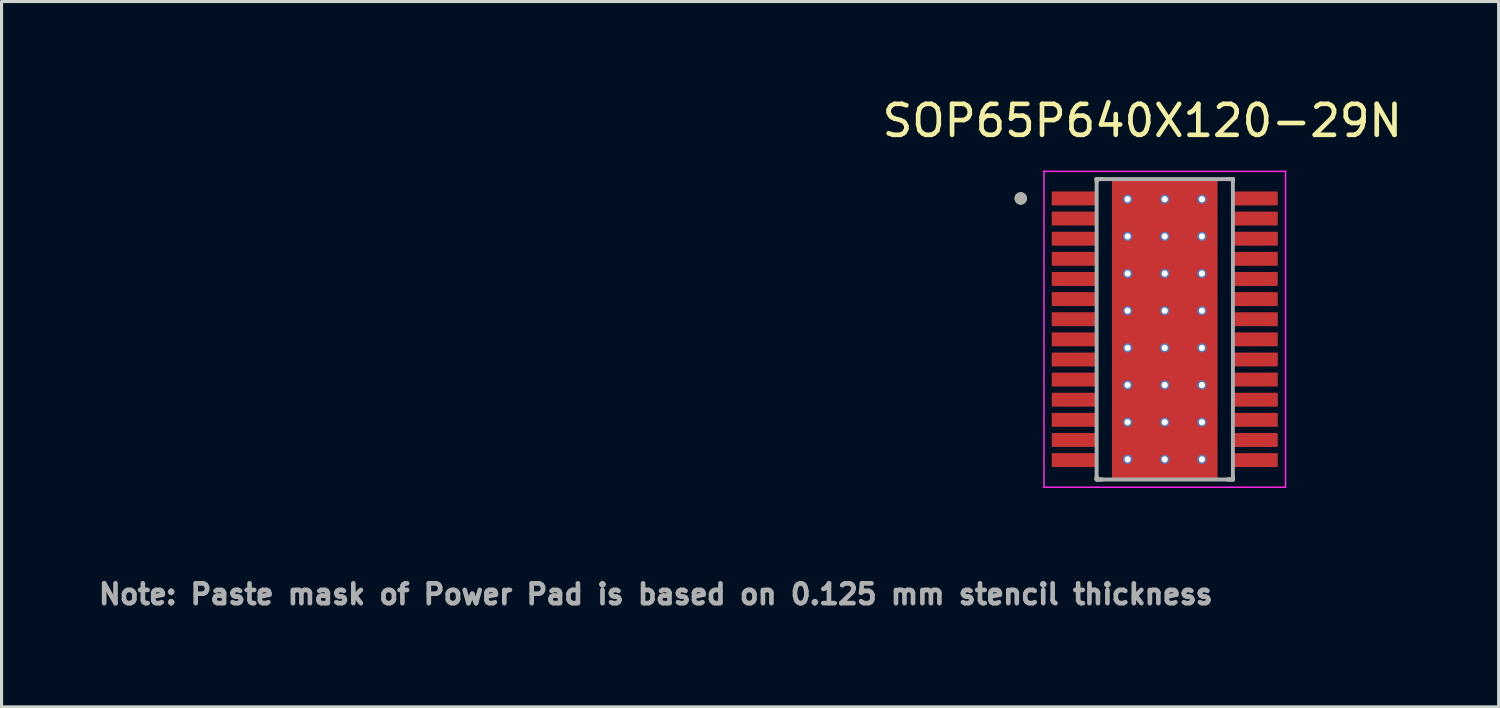
<source format=kicad_pcb>
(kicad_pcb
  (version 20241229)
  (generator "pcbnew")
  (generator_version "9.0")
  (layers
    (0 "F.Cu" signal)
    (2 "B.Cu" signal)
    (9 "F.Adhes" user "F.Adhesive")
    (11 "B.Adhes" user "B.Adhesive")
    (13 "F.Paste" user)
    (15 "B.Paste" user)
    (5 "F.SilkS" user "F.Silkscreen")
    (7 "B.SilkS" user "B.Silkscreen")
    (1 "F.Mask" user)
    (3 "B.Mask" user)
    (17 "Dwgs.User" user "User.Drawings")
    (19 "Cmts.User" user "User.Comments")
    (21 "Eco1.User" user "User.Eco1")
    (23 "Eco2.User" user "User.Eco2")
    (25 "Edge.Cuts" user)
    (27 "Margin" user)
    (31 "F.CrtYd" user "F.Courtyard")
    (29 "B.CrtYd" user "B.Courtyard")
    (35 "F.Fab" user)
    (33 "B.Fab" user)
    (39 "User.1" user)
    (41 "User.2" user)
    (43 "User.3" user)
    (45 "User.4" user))
  (footprint "SOP65P640X120-29N"
    (layer "F.Cu")
    (at 34.562 7.583)
    (property "Reference" "SOP65P640X120-29N" (at -0.725 -6.735 0) (layer "F.SilkS") (effects (font (size 1 1) (thickness 0.15))))
    (attr smd)
    (fp_poly (pts (xy -3.65 -4.5) (xy -2.15 -4.5) (xy -2.147 -4.5) (xy -2.145 -4.5) (xy -2.142 -4.499) (xy -2.14 -4.499) (xy -2.137 -4.498) (xy -2.135 -4.498) (xy -2.132 -4.497) (xy -2.13 -4.496) (xy -2.127 -4.495) (xy -2.125 -4.493) (xy -2.123 -4.492) (xy -2.121 -4.49) (xy -2.119 -4.489) (xy -2.117 -4.487) (xy -2.115 -4.485) (xy -2.113 -4.483) (xy -2.111 -4.481) (xy -2.11 -4.479) (xy -2.108 -4.477) (xy -2.107 -4.475) (xy -2.105 -4.473) (xy -2.104 -4.47) (xy -2.103 -4.468) (xy -2.102 -4.465) (xy -2.102 -4.463) (xy -2.101 -4.46) (xy -2.101 -4.458) (xy -2.1 -4.455) (xy -2.1 -4.453) (xy -2.1 -4.45) (xy -2.1 -4) (xy -2.1 -3.997) (xy -2.1 -3.995) (xy -2.101 -3.992) (xy -2.101 -3.99) (xy -2.102 -3.987) (xy -2.102 -3.985) (xy -2.103 -3.982) (xy -2.104 -3.98) (xy -2.105 -3.977) (xy -2.107 -3.975) (xy -2.108 -3.973) (xy -2.11 -3.971) (xy -2.111 -3.969) (xy -2.113 -3.967) (xy -2.115 -3.965) (xy -2.117 -3.963) (xy -2.119 -3.961) (xy -2.121 -3.96) (xy -2.123 -3.958) (xy -2.125 -3.957) (xy -2.127 -3.955) (xy -2.13 -3.954) (xy -2.132 -3.953) (xy -2.135 -3.952) (xy -2.137 -3.952) (xy -2.14 -3.951) (xy -2.142 -3.951) (xy -2.145 -3.95) (xy -2.147 -3.95) (xy -2.15 -3.95) (xy -3.65 -3.95) (xy -3.653 -3.95) (xy -3.655 -3.95) (xy -3.658 -3.951) (xy -3.66 -3.951) (xy -3.663 -3.952) (xy -3.665 -3.952) (xy -3.668 -3.953) (xy -3.67 -3.954) (xy -3.673 -3.955) (xy -3.675 -3.957) (xy -3.677 -3.958) (xy -3.679 -3.96) (xy -3.681 -3.961) (xy -3.683 -3.963) (xy -3.685 -3.965) (xy -3.687 -3.967) (xy -3.689 -3.969) (xy -3.69 -3.971) (xy -3.692 -3.973) (xy -3.693 -3.975) (xy -3.695 -3.977) (xy -3.696 -3.98) (xy -3.697 -3.982) (xy -3.698 -3.985) (xy -3.698 -3.987) (xy -3.699 -3.99) (xy -3.699 -3.992) (xy -3.7 -3.995) (xy -3.7 -3.997) (xy -3.7 -4) (xy -3.7 -4.45) (xy -3.7 -4.453) (xy -3.7 -4.455) (xy -3.699 -4.458) (xy -3.699 -4.46) (xy -3.698 -4.463) (xy -3.698 -4.465) (xy -3.697 -4.468) (xy -3.696 -4.47) (xy -3.695 -4.473) (xy -3.693 -4.475) (xy -3.692 -4.477) (xy -3.69 -4.479) (xy -3.689 -4.481) (xy -3.687 -4.483) (xy -3.685 -4.485) (xy -3.683 -4.487) (xy -3.681 -4.489) (xy -3.679 -4.49) (xy -3.677 -4.492) (xy -3.675 -4.493) (xy -3.673 -4.495) (xy -3.67 -4.496) (xy -3.668 -4.497) (xy -3.665 -4.498) (xy -3.663 -4.498) (xy -3.66 -4.499) (xy -3.658 -4.499) (xy -3.655 -4.5) (xy -3.653 -4.5) (xy -3.65 -4.5)) (stroke (width 0.01) (type solid)) (fill yes) (layer "F.Mask"))
    (fp_poly (pts (xy -3.65 -3.85) (xy -2.15 -3.85) (xy -2.147 -3.85) (xy -2.145 -3.85) (xy -2.142 -3.849) (xy -2.14 -3.849) (xy -2.137 -3.848) (xy -2.135 -3.848) (xy -2.132 -3.847) (xy -2.13 -3.846) (xy -2.127 -3.845) (xy -2.125 -3.843) (xy -2.123 -3.842) (xy -2.121 -3.84) (xy -2.119 -3.839) (xy -2.117 -3.837) (xy -2.115 -3.835) (xy -2.113 -3.833) (xy -2.111 -3.831) (xy -2.11 -3.829) (xy -2.108 -3.827) (xy -2.107 -3.825) (xy -2.105 -3.823) (xy -2.104 -3.82) (xy -2.103 -3.818) (xy -2.102 -3.815) (xy -2.102 -3.813) (xy -2.101 -3.81) (xy -2.101 -3.808) (xy -2.1 -3.805) (xy -2.1 -3.803) (xy -2.1 -3.8) (xy -2.1 -3.35) (xy -2.1 -3.347) (xy -2.1 -3.345) (xy -2.101 -3.342) (xy -2.101 -3.34) (xy -2.102 -3.337) (xy -2.102 -3.335) (xy -2.103 -3.332) (xy -2.104 -3.33) (xy -2.105 -3.327) (xy -2.107 -3.325) (xy -2.108 -3.323) (xy -2.11 -3.321) (xy -2.111 -3.319) (xy -2.113 -3.317) (xy -2.115 -3.315) (xy -2.117 -3.313) (xy -2.119 -3.311) (xy -2.121 -3.31) (xy -2.123 -3.308) (xy -2.125 -3.307) (xy -2.127 -3.305) (xy -2.13 -3.304) (xy -2.132 -3.303) (xy -2.135 -3.302) (xy -2.137 -3.302) (xy -2.14 -3.301) (xy -2.142 -3.301) (xy -2.145 -3.3) (xy -2.147 -3.3) (xy -2.15 -3.3) (xy -3.65 -3.3) (xy -3.653 -3.3) (xy -3.655 -3.3) (xy -3.658 -3.301) (xy -3.66 -3.301) (xy -3.663 -3.302) (xy -3.665 -3.302) (xy -3.668 -3.303) (xy -3.67 -3.304) (xy -3.673 -3.305) (xy -3.675 -3.307) (xy -3.677 -3.308) (xy -3.679 -3.31) (xy -3.681 -3.311) (xy -3.683 -3.313) (xy -3.685 -3.315) (xy -3.687 -3.317) (xy -3.689 -3.319) (xy -3.69 -3.321) (xy -3.692 -3.323) (xy -3.693 -3.325) (xy -3.695 -3.327) (xy -3.696 -3.33) (xy -3.697 -3.332) (xy -3.698 -3.335) (xy -3.698 -3.337) (xy -3.699 -3.34) (xy -3.699 -3.342) (xy -3.7 -3.345) (xy -3.7 -3.347) (xy -3.7 -3.35) (xy -3.7 -3.8) (xy -3.7 -3.803) (xy -3.7 -3.805) (xy -3.699 -3.808) (xy -3.699 -3.81) (xy -3.698 -3.813) (xy -3.698 -3.815) (xy -3.697 -3.818) (xy -3.696 -3.82) (xy -3.695 -3.823) (xy -3.693 -3.825) (xy -3.692 -3.827) (xy -3.69 -3.829) (xy -3.689 -3.831) (xy -3.687 -3.833) (xy -3.685 -3.835) (xy -3.683 -3.837) (xy -3.681 -3.839) (xy -3.679 -3.84) (xy -3.677 -3.842) (xy -3.675 -3.843) (xy -3.673 -3.845) (xy -3.67 -3.846) (xy -3.668 -3.847) (xy -3.665 -3.848) (xy -3.663 -3.848) (xy -3.66 -3.849) (xy -3.658 -3.849) (xy -3.655 -3.85) (xy -3.653 -3.85) (xy -3.65 -3.85)) (stroke (width 0.01) (type solid)) (fill yes) (layer "F.Mask"))
    (fp_poly (pts (xy -3.65 -3.2) (xy -2.15 -3.2) (xy -2.147 -3.2) (xy -2.145 -3.2) (xy -2.142 -3.199) (xy -2.14 -3.199) (xy -2.137 -3.198) (xy -2.135 -3.198) (xy -2.132 -3.197) (xy -2.13 -3.196) (xy -2.127 -3.195) (xy -2.125 -3.193) (xy -2.123 -3.192) (xy -2.121 -3.19) (xy -2.119 -3.189) (xy -2.117 -3.187) (xy -2.115 -3.185) (xy -2.113 -3.183) (xy -2.111 -3.181) (xy -2.11 -3.179) (xy -2.108 -3.177) (xy -2.107 -3.175) (xy -2.105 -3.173) (xy -2.104 -3.17) (xy -2.103 -3.168) (xy -2.102 -3.165) (xy -2.102 -3.163) (xy -2.101 -3.16) (xy -2.101 -3.158) (xy -2.1 -3.155) (xy -2.1 -3.153) (xy -2.1 -3.15) (xy -2.1 -2.7) (xy -2.1 -2.697) (xy -2.1 -2.695) (xy -2.101 -2.692) (xy -2.101 -2.69) (xy -2.102 -2.687) (xy -2.102 -2.685) (xy -2.103 -2.682) (xy -2.104 -2.68) (xy -2.105 -2.677) (xy -2.107 -2.675) (xy -2.108 -2.673) (xy -2.11 -2.671) (xy -2.111 -2.669) (xy -2.113 -2.667) (xy -2.115 -2.665) (xy -2.117 -2.663) (xy -2.119 -2.661) (xy -2.121 -2.66) (xy -2.123 -2.658) (xy -2.125 -2.657) (xy -2.127 -2.655) (xy -2.13 -2.654) (xy -2.132 -2.653) (xy -2.135 -2.652) (xy -2.137 -2.652) (xy -2.14 -2.651) (xy -2.142 -2.651) (xy -2.145 -2.65) (xy -2.147 -2.65) (xy -2.15 -2.65) (xy -3.65 -2.65) (xy -3.653 -2.65) (xy -3.655 -2.65) (xy -3.658 -2.651) (xy -3.66 -2.651) (xy -3.663 -2.652) (xy -3.665 -2.652) (xy -3.668 -2.653) (xy -3.67 -2.654) (xy -3.673 -2.655) (xy -3.675 -2.657) (xy -3.677 -2.658) (xy -3.679 -2.66) (xy -3.681 -2.661) (xy -3.683 -2.663) (xy -3.685 -2.665) (xy -3.687 -2.667) (xy -3.689 -2.669) (xy -3.69 -2.671) (xy -3.692 -2.673) (xy -3.693 -2.675) (xy -3.695 -2.677) (xy -3.696 -2.68) (xy -3.697 -2.682) (xy -3.698 -2.685) (xy -3.698 -2.687) (xy -3.699 -2.69) (xy -3.699 -2.692) (xy -3.7 -2.695) (xy -3.7 -2.697) (xy -3.7 -2.7) (xy -3.7 -3.15) (xy -3.7 -3.153) (xy -3.7 -3.155) (xy -3.699 -3.158) (xy -3.699 -3.16) (xy -3.698 -3.163) (xy -3.698 -3.165) (xy -3.697 -3.168) (xy -3.696 -3.17) (xy -3.695 -3.173) (xy -3.693 -3.175) (xy -3.692 -3.177) (xy -3.69 -3.179) (xy -3.689 -3.181) (xy -3.687 -3.183) (xy -3.685 -3.185) (xy -3.683 -3.187) (xy -3.681 -3.189) (xy -3.679 -3.19) (xy -3.677 -3.192) (xy -3.675 -3.193) (xy -3.673 -3.195) (xy -3.67 -3.196) (xy -3.668 -3.197) (xy -3.665 -3.198) (xy -3.663 -3.198) (xy -3.66 -3.199) (xy -3.658 -3.199) (xy -3.655 -3.2) (xy -3.653 -3.2) (xy -3.65 -3.2)) (stroke (width 0.01) (type solid)) (fill yes) (layer "F.Mask"))
    (fp_poly (pts (xy -3.65 -2.55) (xy -2.15 -2.55) (xy -2.147 -2.55) (xy -2.145 -2.55) (xy -2.142 -2.549) (xy -2.14 -2.549) (xy -2.137 -2.548) (xy -2.135 -2.548) (xy -2.132 -2.547) (xy -2.13 -2.546) (xy -2.127 -2.545) (xy -2.125 -2.543) (xy -2.123 -2.542) (xy -2.121 -2.54) (xy -2.119 -2.539) (xy -2.117 -2.537) (xy -2.115 -2.535) (xy -2.113 -2.533) (xy -2.111 -2.531) (xy -2.11 -2.529) (xy -2.108 -2.527) (xy -2.107 -2.525) (xy -2.105 -2.523) (xy -2.104 -2.52) (xy -2.103 -2.518) (xy -2.102 -2.515) (xy -2.102 -2.513) (xy -2.101 -2.51) (xy -2.101 -2.508) (xy -2.1 -2.505) (xy -2.1 -2.503) (xy -2.1 -2.5) (xy -2.1 -2.05) (xy -2.1 -2.047) (xy -2.1 -2.045) (xy -2.101 -2.042) (xy -2.101 -2.04) (xy -2.102 -2.037) (xy -2.102 -2.035) (xy -2.103 -2.032) (xy -2.104 -2.03) (xy -2.105 -2.027) (xy -2.107 -2.025) (xy -2.108 -2.023) (xy -2.11 -2.021) (xy -2.111 -2.019) (xy -2.113 -2.017) (xy -2.115 -2.015) (xy -2.117 -2.013) (xy -2.119 -2.011) (xy -2.121 -2.01) (xy -2.123 -2.008) (xy -2.125 -2.007) (xy -2.127 -2.005) (xy -2.13 -2.004) (xy -2.132 -2.003) (xy -2.135 -2.002) (xy -2.137 -2.002) (xy -2.14 -2.001) (xy -2.142 -2.001) (xy -2.145 -2) (xy -2.147 -2) (xy -2.15 -2) (xy -3.65 -2) (xy -3.653 -2) (xy -3.655 -2) (xy -3.658 -2.001) (xy -3.66 -2.001) (xy -3.663 -2.002) (xy -3.665 -2.002) (xy -3.668 -2.003) (xy -3.67 -2.004) (xy -3.673 -2.005) (xy -3.675 -2.007) (xy -3.677 -2.008) (xy -3.679 -2.01) (xy -3.681 -2.011) (xy -3.683 -2.013) (xy -3.685 -2.015) (xy -3.687 -2.017) (xy -3.689 -2.019) (xy -3.69 -2.021) (xy -3.692 -2.023) (xy -3.693 -2.025) (xy -3.695 -2.027) (xy -3.696 -2.03) (xy -3.697 -2.032) (xy -3.698 -2.035) (xy -3.698 -2.037) (xy -3.699 -2.04) (xy -3.699 -2.042) (xy -3.7 -2.045) (xy -3.7 -2.047) (xy -3.7 -2.05) (xy -3.7 -2.5) (xy -3.7 -2.503) (xy -3.7 -2.505) (xy -3.699 -2.508) (xy -3.699 -2.51) (xy -3.698 -2.513) (xy -3.698 -2.515) (xy -3.697 -2.518) (xy -3.696 -2.52) (xy -3.695 -2.523) (xy -3.693 -2.525) (xy -3.692 -2.527) (xy -3.69 -2.529) (xy -3.689 -2.531) (xy -3.687 -2.533) (xy -3.685 -2.535) (xy -3.683 -2.537) (xy -3.681 -2.539) (xy -3.679 -2.54) (xy -3.677 -2.542) (xy -3.675 -2.543) (xy -3.673 -2.545) (xy -3.67 -2.546) (xy -3.668 -2.547) (xy -3.665 -2.548) (xy -3.663 -2.548) (xy -3.66 -2.549) (xy -3.658 -2.549) (xy -3.655 -2.55) (xy -3.653 -2.55) (xy -3.65 -2.55)) (stroke (width 0.01) (type solid)) (fill yes) (layer "F.Mask"))
    (fp_poly (pts (xy -3.65 -1.9) (xy -2.15 -1.9) (xy -2.147 -1.9) (xy -2.145 -1.9) (xy -2.142 -1.899) (xy -2.14 -1.899) (xy -2.137 -1.898) (xy -2.135 -1.898) (xy -2.132 -1.897) (xy -2.13 -1.896) (xy -2.127 -1.895) (xy -2.125 -1.893) (xy -2.123 -1.892) (xy -2.121 -1.89) (xy -2.119 -1.889) (xy -2.117 -1.887) (xy -2.115 -1.885) (xy -2.113 -1.883) (xy -2.111 -1.881) (xy -2.11 -1.879) (xy -2.108 -1.877) (xy -2.107 -1.875) (xy -2.105 -1.873) (xy -2.104 -1.87) (xy -2.103 -1.868) (xy -2.102 -1.865) (xy -2.102 -1.863) (xy -2.101 -1.86) (xy -2.101 -1.858) (xy -2.1 -1.855) (xy -2.1 -1.853) (xy -2.1 -1.85) (xy -2.1 -1.4) (xy -2.1 -1.397) (xy -2.1 -1.395) (xy -2.101 -1.392) (xy -2.101 -1.39) (xy -2.102 -1.387) (xy -2.102 -1.385) (xy -2.103 -1.382) (xy -2.104 -1.38) (xy -2.105 -1.377) (xy -2.107 -1.375) (xy -2.108 -1.373) (xy -2.11 -1.371) (xy -2.111 -1.369) (xy -2.113 -1.367) (xy -2.115 -1.365) (xy -2.117 -1.363) (xy -2.119 -1.361) (xy -2.121 -1.36) (xy -2.123 -1.358) (xy -2.125 -1.357) (xy -2.127 -1.355) (xy -2.13 -1.354) (xy -2.132 -1.353) (xy -2.135 -1.352) (xy -2.137 -1.352) (xy -2.14 -1.351) (xy -2.142 -1.351) (xy -2.145 -1.35) (xy -2.147 -1.35) (xy -2.15 -1.35) (xy -3.65 -1.35) (xy -3.653 -1.35) (xy -3.655 -1.35) (xy -3.658 -1.351) (xy -3.66 -1.351) (xy -3.663 -1.352) (xy -3.665 -1.352) (xy -3.668 -1.353) (xy -3.67 -1.354) (xy -3.673 -1.355) (xy -3.675 -1.357) (xy -3.677 -1.358) (xy -3.679 -1.36) (xy -3.681 -1.361) (xy -3.683 -1.363) (xy -3.685 -1.365) (xy -3.687 -1.367) (xy -3.689 -1.369) (xy -3.69 -1.371) (xy -3.692 -1.373) (xy -3.693 -1.375) (xy -3.695 -1.377) (xy -3.696 -1.38) (xy -3.697 -1.382) (xy -3.698 -1.385) (xy -3.698 -1.387) (xy -3.699 -1.39) (xy -3.699 -1.392) (xy -3.7 -1.395) (xy -3.7 -1.397) (xy -3.7 -1.4) (xy -3.7 -1.85) (xy -3.7 -1.853) (xy -3.7 -1.855) (xy -3.699 -1.858) (xy -3.699 -1.86) (xy -3.698 -1.863) (xy -3.698 -1.865) (xy -3.697 -1.868) (xy -3.696 -1.87) (xy -3.695 -1.873) (xy -3.693 -1.875) (xy -3.692 -1.877) (xy -3.69 -1.879) (xy -3.689 -1.881) (xy -3.687 -1.883) (xy -3.685 -1.885) (xy -3.683 -1.887) (xy -3.681 -1.889) (xy -3.679 -1.89) (xy -3.677 -1.892) (xy -3.675 -1.893) (xy -3.673 -1.895) (xy -3.67 -1.896) (xy -3.668 -1.897) (xy -3.665 -1.898) (xy -3.663 -1.898) (xy -3.66 -1.899) (xy -3.658 -1.899) (xy -3.655 -1.9) (xy -3.653 -1.9) (xy -3.65 -1.9)) (stroke (width 0.01) (type solid)) (fill yes) (layer "F.Mask"))
    (fp_poly (pts (xy -3.65 -1.25) (xy -2.15 -1.25) (xy -2.147 -1.25) (xy -2.145 -1.25) (xy -2.142 -1.249) (xy -2.14 -1.249) (xy -2.137 -1.248) (xy -2.135 -1.248) (xy -2.132 -1.247) (xy -2.13 -1.246) (xy -2.127 -1.245) (xy -2.125 -1.243) (xy -2.123 -1.242) (xy -2.121 -1.24) (xy -2.119 -1.239) (xy -2.117 -1.237) (xy -2.115 -1.235) (xy -2.113 -1.233) (xy -2.111 -1.231) (xy -2.11 -1.229) (xy -2.108 -1.227) (xy -2.107 -1.225) (xy -2.105 -1.223) (xy -2.104 -1.22) (xy -2.103 -1.218) (xy -2.102 -1.215) (xy -2.102 -1.213) (xy -2.101 -1.21) (xy -2.101 -1.208) (xy -2.1 -1.205) (xy -2.1 -1.203) (xy -2.1 -1.2) (xy -2.1 -0.75) (xy -2.1 -0.747) (xy -2.1 -0.745) (xy -2.101 -0.742) (xy -2.101 -0.74) (xy -2.102 -0.737) (xy -2.102 -0.735) (xy -2.103 -0.732) (xy -2.104 -0.73) (xy -2.105 -0.727) (xy -2.107 -0.725) (xy -2.108 -0.723) (xy -2.11 -0.721) (xy -2.111 -0.719) (xy -2.113 -0.717) (xy -2.115 -0.715) (xy -2.117 -0.713) (xy -2.119 -0.711) (xy -2.121 -0.71) (xy -2.123 -0.708) (xy -2.125 -0.707) (xy -2.127 -0.705) (xy -2.13 -0.704) (xy -2.132 -0.703) (xy -2.135 -0.702) (xy -2.137 -0.702) (xy -2.14 -0.701) (xy -2.142 -0.701) (xy -2.145 -0.7) (xy -2.147 -0.7) (xy -2.15 -0.7) (xy -3.65 -0.7) (xy -3.653 -0.7) (xy -3.655 -0.7) (xy -3.658 -0.701) (xy -3.66 -0.701) (xy -3.663 -0.702) (xy -3.665 -0.702) (xy -3.668 -0.703) (xy -3.67 -0.704) (xy -3.673 -0.705) (xy -3.675 -0.707) (xy -3.677 -0.708) (xy -3.679 -0.71) (xy -3.681 -0.711) (xy -3.683 -0.713) (xy -3.685 -0.715) (xy -3.687 -0.717) (xy -3.689 -0.719) (xy -3.69 -0.721) (xy -3.692 -0.723) (xy -3.693 -0.725) (xy -3.695 -0.727) (xy -3.696 -0.73) (xy -3.697 -0.732) (xy -3.698 -0.735) (xy -3.698 -0.737) (xy -3.699 -0.74) (xy -3.699 -0.742) (xy -3.7 -0.745) (xy -3.7 -0.747) (xy -3.7 -0.75) (xy -3.7 -1.2) (xy -3.7 -1.203) (xy -3.7 -1.205) (xy -3.699 -1.208) (xy -3.699 -1.21) (xy -3.698 -1.213) (xy -3.698 -1.215) (xy -3.697 -1.218) (xy -3.696 -1.22) (xy -3.695 -1.223) (xy -3.693 -1.225) (xy -3.692 -1.227) (xy -3.69 -1.229) (xy -3.689 -1.231) (xy -3.687 -1.233) (xy -3.685 -1.235) (xy -3.683 -1.237) (xy -3.681 -1.239) (xy -3.679 -1.24) (xy -3.677 -1.242) (xy -3.675 -1.243) (xy -3.673 -1.245) (xy -3.67 -1.246) (xy -3.668 -1.247) (xy -3.665 -1.248) (xy -3.663 -1.248) (xy -3.66 -1.249) (xy -3.658 -1.249) (xy -3.655 -1.25) (xy -3.653 -1.25) (xy -3.65 -1.25)) (stroke (width 0.01) (type solid)) (fill yes) (layer "F.Mask"))
    (fp_poly (pts (xy -3.65 -0.6) (xy -2.15 -0.6) (xy -2.147 -0.6) (xy -2.145 -0.6) (xy -2.142 -0.599) (xy -2.14 -0.599) (xy -2.137 -0.598) (xy -2.135 -0.598) (xy -2.132 -0.597) (xy -2.13 -0.596) (xy -2.127 -0.595) (xy -2.125 -0.593) (xy -2.123 -0.592) (xy -2.121 -0.59) (xy -2.119 -0.589) (xy -2.117 -0.587) (xy -2.115 -0.585) (xy -2.113 -0.583) (xy -2.111 -0.581) (xy -2.11 -0.579) (xy -2.108 -0.577) (xy -2.107 -0.575) (xy -2.105 -0.573) (xy -2.104 -0.57) (xy -2.103 -0.568) (xy -2.102 -0.565) (xy -2.102 -0.563) (xy -2.101 -0.56) (xy -2.101 -0.558) (xy -2.1 -0.555) (xy -2.1 -0.553) (xy -2.1 -0.55) (xy -2.1 -0.1) (xy -2.1 -0.097) (xy -2.1 -0.095) (xy -2.101 -0.092) (xy -2.101 -0.09) (xy -2.102 -0.087) (xy -2.102 -0.085) (xy -2.103 -0.082) (xy -2.104 -0.08) (xy -2.105 -0.077) (xy -2.107 -0.075) (xy -2.108 -0.073) (xy -2.11 -0.071) (xy -2.111 -0.069) (xy -2.113 -0.067) (xy -2.115 -0.065) (xy -2.117 -0.063) (xy -2.119 -0.061) (xy -2.121 -0.06) (xy -2.123 -0.058) (xy -2.125 -0.057) (xy -2.127 -0.055) (xy -2.13 -0.054) (xy -2.132 -0.053) (xy -2.135 -0.052) (xy -2.137 -0.052) (xy -2.14 -0.051) (xy -2.142 -0.051) (xy -2.145 -0.05) (xy -2.147 -0.05) (xy -2.15 -0.05) (xy -3.65 -0.05) (xy -3.653 -0.05) (xy -3.655 -0.05) (xy -3.658 -0.051) (xy -3.66 -0.051) (xy -3.663 -0.052) (xy -3.665 -0.052) (xy -3.668 -0.053) (xy -3.67 -0.054) (xy -3.673 -0.055) (xy -3.675 -0.057) (xy -3.677 -0.058) (xy -3.679 -0.06) (xy -3.681 -0.061) (xy -3.683 -0.063) (xy -3.685 -0.065) (xy -3.687 -0.067) (xy -3.689 -0.069) (xy -3.69 -0.071) (xy -3.692 -0.073) (xy -3.693 -0.075) (xy -3.695 -0.077) (xy -3.696 -0.08) (xy -3.697 -0.082) (xy -3.698 -0.085) (xy -3.698 -0.087) (xy -3.699 -0.09) (xy -3.699 -0.092) (xy -3.7 -0.095) (xy -3.7 -0.097) (xy -3.7 -0.1) (xy -3.7 -0.55) (xy -3.7 -0.553) (xy -3.7 -0.555) (xy -3.699 -0.558) (xy -3.699 -0.56) (xy -3.698 -0.563) (xy -3.698 -0.565) (xy -3.697 -0.568) (xy -3.696 -0.57) (xy -3.695 -0.573) (xy -3.693 -0.575) (xy -3.692 -0.577) (xy -3.69 -0.579) (xy -3.689 -0.581) (xy -3.687 -0.583) (xy -3.685 -0.585) (xy -3.683 -0.587) (xy -3.681 -0.589) (xy -3.679 -0.59) (xy -3.677 -0.592) (xy -3.675 -0.593) (xy -3.673 -0.595) (xy -3.67 -0.596) (xy -3.668 -0.597) (xy -3.665 -0.598) (xy -3.663 -0.598) (xy -3.66 -0.599) (xy -3.658 -0.599) (xy -3.655 -0.6) (xy -3.653 -0.6) (xy -3.65 -0.6)) (stroke (width 0.01) (type solid)) (fill yes) (layer "F.Mask"))
    (fp_poly (pts (xy -3.65 0.05) (xy -2.15 0.05) (xy -2.147 0.05) (xy -2.145 0.05) (xy -2.142 0.051) (xy -2.14 0.051) (xy -2.137 0.052) (xy -2.135 0.052) (xy -2.132 0.053) (xy -2.13 0.054) (xy -2.127 0.055) (xy -2.125 0.057) (xy -2.123 0.058) (xy -2.121 0.06) (xy -2.119 0.061) (xy -2.117 0.063) (xy -2.115 0.065) (xy -2.113 0.067) (xy -2.111 0.069) (xy -2.11 0.071) (xy -2.108 0.073) (xy -2.107 0.075) (xy -2.105 0.077) (xy -2.104 0.08) (xy -2.103 0.082) (xy -2.102 0.085) (xy -2.102 0.087) (xy -2.101 0.09) (xy -2.101 0.092) (xy -2.1 0.095) (xy -2.1 0.097) (xy -2.1 0.1) (xy -2.1 0.55) (xy -2.1 0.553) (xy -2.1 0.555) (xy -2.101 0.558) (xy -2.101 0.56) (xy -2.102 0.563) (xy -2.102 0.565) (xy -2.103 0.568) (xy -2.104 0.57) (xy -2.105 0.573) (xy -2.107 0.575) (xy -2.108 0.577) (xy -2.11 0.579) (xy -2.111 0.581) (xy -2.113 0.583) (xy -2.115 0.585) (xy -2.117 0.587) (xy -2.119 0.589) (xy -2.121 0.59) (xy -2.123 0.592) (xy -2.125 0.593) (xy -2.127 0.595) (xy -2.13 0.596) (xy -2.132 0.597) (xy -2.135 0.598) (xy -2.137 0.598) (xy -2.14 0.599) (xy -2.142 0.599) (xy -2.145 0.6) (xy -2.147 0.6) (xy -2.15 0.6) (xy -3.65 0.6) (xy -3.653 0.6) (xy -3.655 0.6) (xy -3.658 0.599) (xy -3.66 0.599) (xy -3.663 0.598) (xy -3.665 0.598) (xy -3.668 0.597) (xy -3.67 0.596) (xy -3.673 0.595) (xy -3.675 0.593) (xy -3.677 0.592) (xy -3.679 0.59) (xy -3.681 0.589) (xy -3.683 0.587) (xy -3.685 0.585) (xy -3.687 0.583) (xy -3.689 0.581) (xy -3.69 0.579) (xy -3.692 0.577) (xy -3.693 0.575) (xy -3.695 0.573) (xy -3.696 0.57) (xy -3.697 0.568) (xy -3.698 0.565) (xy -3.698 0.563) (xy -3.699 0.56) (xy -3.699 0.558) (xy -3.7 0.555) (xy -3.7 0.553) (xy -3.7 0.55) (xy -3.7 0.1) (xy -3.7 0.097) (xy -3.7 0.095) (xy -3.699 0.092) (xy -3.699 0.09) (xy -3.698 0.087) (xy -3.698 0.085) (xy -3.697 0.082) (xy -3.696 0.08) (xy -3.695 0.077) (xy -3.693 0.075) (xy -3.692 0.073) (xy -3.69 0.071) (xy -3.689 0.069) (xy -3.687 0.067) (xy -3.685 0.065) (xy -3.683 0.063) (xy -3.681 0.061) (xy -3.679 0.06) (xy -3.677 0.058) (xy -3.675 0.057) (xy -3.673 0.055) (xy -3.67 0.054) (xy -3.668 0.053) (xy -3.665 0.052) (xy -3.663 0.052) (xy -3.66 0.051) (xy -3.658 0.051) (xy -3.655 0.05) (xy -3.653 0.05) (xy -3.65 0.05)) (stroke (width 0.01) (type solid)) (fill yes) (layer "F.Mask"))
    (fp_poly (pts (xy -3.65 0.7) (xy -2.15 0.7) (xy -2.147 0.7) (xy -2.145 0.7) (xy -2.142 0.701) (xy -2.14 0.701) (xy -2.137 0.702) (xy -2.135 0.702) (xy -2.132 0.703) (xy -2.13 0.704) (xy -2.127 0.705) (xy -2.125 0.707) (xy -2.123 0.708) (xy -2.121 0.71) (xy -2.119 0.711) (xy -2.117 0.713) (xy -2.115 0.715) (xy -2.113 0.717) (xy -2.111 0.719) (xy -2.11 0.721) (xy -2.108 0.723) (xy -2.107 0.725) (xy -2.105 0.727) (xy -2.104 0.73) (xy -2.103 0.732) (xy -2.102 0.735) (xy -2.102 0.737) (xy -2.101 0.74) (xy -2.101 0.742) (xy -2.1 0.745) (xy -2.1 0.747) (xy -2.1 0.75) (xy -2.1 1.2) (xy -2.1 1.203) (xy -2.1 1.205) (xy -2.101 1.208) (xy -2.101 1.21) (xy -2.102 1.213) (xy -2.102 1.215) (xy -2.103 1.218) (xy -2.104 1.22) (xy -2.105 1.223) (xy -2.107 1.225) (xy -2.108 1.227) (xy -2.11 1.229) (xy -2.111 1.231) (xy -2.113 1.233) (xy -2.115 1.235) (xy -2.117 1.237) (xy -2.119 1.239) (xy -2.121 1.24) (xy -2.123 1.242) (xy -2.125 1.243) (xy -2.127 1.245) (xy -2.13 1.246) (xy -2.132 1.247) (xy -2.135 1.248) (xy -2.137 1.248) (xy -2.14 1.249) (xy -2.142 1.249) (xy -2.145 1.25) (xy -2.147 1.25) (xy -2.15 1.25) (xy -3.65 1.25) (xy -3.653 1.25) (xy -3.655 1.25) (xy -3.658 1.249) (xy -3.66 1.249) (xy -3.663 1.248) (xy -3.665 1.248) (xy -3.668 1.247) (xy -3.67 1.246) (xy -3.673 1.245) (xy -3.675 1.243) (xy -3.677 1.242) (xy -3.679 1.24) (xy -3.681 1.239) (xy -3.683 1.237) (xy -3.685 1.235) (xy -3.687 1.233) (xy -3.689 1.231) (xy -3.69 1.229) (xy -3.692 1.227) (xy -3.693 1.225) (xy -3.695 1.223) (xy -3.696 1.22) (xy -3.697 1.218) (xy -3.698 1.215) (xy -3.698 1.213) (xy -3.699 1.21) (xy -3.699 1.208) (xy -3.7 1.205) (xy -3.7 1.203) (xy -3.7 1.2) (xy -3.7 0.75) (xy -3.7 0.747) (xy -3.7 0.745) (xy -3.699 0.742) (xy -3.699 0.74) (xy -3.698 0.737) (xy -3.698 0.735) (xy -3.697 0.732) (xy -3.696 0.73) (xy -3.695 0.727) (xy -3.693 0.725) (xy -3.692 0.723) (xy -3.69 0.721) (xy -3.689 0.719) (xy -3.687 0.717) (xy -3.685 0.715) (xy -3.683 0.713) (xy -3.681 0.711) (xy -3.679 0.71) (xy -3.677 0.708) (xy -3.675 0.707) (xy -3.673 0.705) (xy -3.67 0.704) (xy -3.668 0.703) (xy -3.665 0.702) (xy -3.663 0.702) (xy -3.66 0.701) (xy -3.658 0.701) (xy -3.655 0.7) (xy -3.653 0.7) (xy -3.65 0.7)) (stroke (width 0.01) (type solid)) (fill yes) (layer "F.Mask"))
    (fp_poly (pts (xy -3.65 1.35) (xy -2.15 1.35) (xy -2.147 1.35) (xy -2.145 1.35) (xy -2.142 1.351) (xy -2.14 1.351) (xy -2.137 1.352) (xy -2.135 1.352) (xy -2.132 1.353) (xy -2.13 1.354) (xy -2.127 1.355) (xy -2.125 1.357) (xy -2.123 1.358) (xy -2.121 1.36) (xy -2.119 1.361) (xy -2.117 1.363) (xy -2.115 1.365) (xy -2.113 1.367) (xy -2.111 1.369) (xy -2.11 1.371) (xy -2.108 1.373) (xy -2.107 1.375) (xy -2.105 1.377) (xy -2.104 1.38) (xy -2.103 1.382) (xy -2.102 1.385) (xy -2.102 1.387) (xy -2.101 1.39) (xy -2.101 1.392) (xy -2.1 1.395) (xy -2.1 1.397) (xy -2.1 1.4) (xy -2.1 1.85) (xy -2.1 1.853) (xy -2.1 1.855) (xy -2.101 1.858) (xy -2.101 1.86) (xy -2.102 1.863) (xy -2.102 1.865) (xy -2.103 1.868) (xy -2.104 1.87) (xy -2.105 1.873) (xy -2.107 1.875) (xy -2.108 1.877) (xy -2.11 1.879) (xy -2.111 1.881) (xy -2.113 1.883) (xy -2.115 1.885) (xy -2.117 1.887) (xy -2.119 1.889) (xy -2.121 1.89) (xy -2.123 1.892) (xy -2.125 1.893) (xy -2.127 1.895) (xy -2.13 1.896) (xy -2.132 1.897) (xy -2.135 1.898) (xy -2.137 1.898) (xy -2.14 1.899) (xy -2.142 1.899) (xy -2.145 1.9) (xy -2.147 1.9) (xy -2.15 1.9) (xy -3.65 1.9) (xy -3.653 1.9) (xy -3.655 1.9) (xy -3.658 1.899) (xy -3.66 1.899) (xy -3.663 1.898) (xy -3.665 1.898) (xy -3.668 1.897) (xy -3.67 1.896) (xy -3.673 1.895) (xy -3.675 1.893) (xy -3.677 1.892) (xy -3.679 1.89) (xy -3.681 1.889) (xy -3.683 1.887) (xy -3.685 1.885) (xy -3.687 1.883) (xy -3.689 1.881) (xy -3.69 1.879) (xy -3.692 1.877) (xy -3.693 1.875) (xy -3.695 1.873) (xy -3.696 1.87) (xy -3.697 1.868) (xy -3.698 1.865) (xy -3.698 1.863) (xy -3.699 1.86) (xy -3.699 1.858) (xy -3.7 1.855) (xy -3.7 1.853) (xy -3.7 1.85) (xy -3.7 1.4) (xy -3.7 1.397) (xy -3.7 1.395) (xy -3.699 1.392) (xy -3.699 1.39) (xy -3.698 1.387) (xy -3.698 1.385) (xy -3.697 1.382) (xy -3.696 1.38) (xy -3.695 1.377) (xy -3.693 1.375) (xy -3.692 1.373) (xy -3.69 1.371) (xy -3.689 1.369) (xy -3.687 1.367) (xy -3.685 1.365) (xy -3.683 1.363) (xy -3.681 1.361) (xy -3.679 1.36) (xy -3.677 1.358) (xy -3.675 1.357) (xy -3.673 1.355) (xy -3.67 1.354) (xy -3.668 1.353) (xy -3.665 1.352) (xy -3.663 1.352) (xy -3.66 1.351) (xy -3.658 1.351) (xy -3.655 1.35) (xy -3.653 1.35) (xy -3.65 1.35)) (stroke (width 0.01) (type solid)) (fill yes) (layer "F.Mask"))
    (fp_poly (pts (xy -3.65 2) (xy -2.15 2) (xy -2.147 2) (xy -2.145 2) (xy -2.142 2.001) (xy -2.14 2.001) (xy -2.137 2.002) (xy -2.135 2.002) (xy -2.132 2.003) (xy -2.13 2.004) (xy -2.127 2.005) (xy -2.125 2.007) (xy -2.123 2.008) (xy -2.121 2.01) (xy -2.119 2.011) (xy -2.117 2.013) (xy -2.115 2.015) (xy -2.113 2.017) (xy -2.111 2.019) (xy -2.11 2.021) (xy -2.108 2.023) (xy -2.107 2.025) (xy -2.105 2.027) (xy -2.104 2.03) (xy -2.103 2.032) (xy -2.102 2.035) (xy -2.102 2.037) (xy -2.101 2.04) (xy -2.101 2.042) (xy -2.1 2.045) (xy -2.1 2.047) (xy -2.1 2.05) (xy -2.1 2.5) (xy -2.1 2.503) (xy -2.1 2.505) (xy -2.101 2.508) (xy -2.101 2.51) (xy -2.102 2.513) (xy -2.102 2.515) (xy -2.103 2.518) (xy -2.104 2.52) (xy -2.105 2.523) (xy -2.107 2.525) (xy -2.108 2.527) (xy -2.11 2.529) (xy -2.111 2.531) (xy -2.113 2.533) (xy -2.115 2.535) (xy -2.117 2.537) (xy -2.119 2.539) (xy -2.121 2.54) (xy -2.123 2.542) (xy -2.125 2.543) (xy -2.127 2.545) (xy -2.13 2.546) (xy -2.132 2.547) (xy -2.135 2.548) (xy -2.137 2.548) (xy -2.14 2.549) (xy -2.142 2.549) (xy -2.145 2.55) (xy -2.147 2.55) (xy -2.15 2.55) (xy -3.65 2.55) (xy -3.653 2.55) (xy -3.655 2.55) (xy -3.658 2.549) (xy -3.66 2.549) (xy -3.663 2.548) (xy -3.665 2.548) (xy -3.668 2.547) (xy -3.67 2.546) (xy -3.673 2.545) (xy -3.675 2.543) (xy -3.677 2.542) (xy -3.679 2.54) (xy -3.681 2.539) (xy -3.683 2.537) (xy -3.685 2.535) (xy -3.687 2.533) (xy -3.689 2.531) (xy -3.69 2.529) (xy -3.692 2.527) (xy -3.693 2.525) (xy -3.695 2.523) (xy -3.696 2.52) (xy -3.697 2.518) (xy -3.698 2.515) (xy -3.698 2.513) (xy -3.699 2.51) (xy -3.699 2.508) (xy -3.7 2.505) (xy -3.7 2.503) (xy -3.7 2.5) (xy -3.7 2.05) (xy -3.7 2.047) (xy -3.7 2.045) (xy -3.699 2.042) (xy -3.699 2.04) (xy -3.698 2.037) (xy -3.698 2.035) (xy -3.697 2.032) (xy -3.696 2.03) (xy -3.695 2.027) (xy -3.693 2.025) (xy -3.692 2.023) (xy -3.69 2.021) (xy -3.689 2.019) (xy -3.687 2.017) (xy -3.685 2.015) (xy -3.683 2.013) (xy -3.681 2.011) (xy -3.679 2.01) (xy -3.677 2.008) (xy -3.675 2.007) (xy -3.673 2.005) (xy -3.67 2.004) (xy -3.668 2.003) (xy -3.665 2.002) (xy -3.663 2.002) (xy -3.66 2.001) (xy -3.658 2.001) (xy -3.655 2) (xy -3.653 2) (xy -3.65 2)) (stroke (width 0.01) (type solid)) (fill yes) (layer "F.Mask"))
    (fp_poly (pts (xy -3.65 2.65) (xy -2.15 2.65) (xy -2.147 2.65) (xy -2.145 2.65) (xy -2.142 2.651) (xy -2.14 2.651) (xy -2.137 2.652) (xy -2.135 2.652) (xy -2.132 2.653) (xy -2.13 2.654) (xy -2.127 2.655) (xy -2.125 2.657) (xy -2.123 2.658) (xy -2.121 2.66) (xy -2.119 2.661) (xy -2.117 2.663) (xy -2.115 2.665) (xy -2.113 2.667) (xy -2.111 2.669) (xy -2.11 2.671) (xy -2.108 2.673) (xy -2.107 2.675) (xy -2.105 2.677) (xy -2.104 2.68) (xy -2.103 2.682) (xy -2.102 2.685) (xy -2.102 2.687) (xy -2.101 2.69) (xy -2.101 2.692) (xy -2.1 2.695) (xy -2.1 2.697) (xy -2.1 2.7) (xy -2.1 3.15) (xy -2.1 3.153) (xy -2.1 3.155) (xy -2.101 3.158) (xy -2.101 3.16) (xy -2.102 3.163) (xy -2.102 3.165) (xy -2.103 3.168) (xy -2.104 3.17) (xy -2.105 3.173) (xy -2.107 3.175) (xy -2.108 3.177) (xy -2.11 3.179) (xy -2.111 3.181) (xy -2.113 3.183) (xy -2.115 3.185) (xy -2.117 3.187) (xy -2.119 3.189) (xy -2.121 3.19) (xy -2.123 3.192) (xy -2.125 3.193) (xy -2.127 3.195) (xy -2.13 3.196) (xy -2.132 3.197) (xy -2.135 3.198) (xy -2.137 3.198) (xy -2.14 3.199) (xy -2.142 3.199) (xy -2.145 3.2) (xy -2.147 3.2) (xy -2.15 3.2) (xy -3.65 3.2) (xy -3.653 3.2) (xy -3.655 3.2) (xy -3.658 3.199) (xy -3.66 3.199) (xy -3.663 3.198) (xy -3.665 3.198) (xy -3.668 3.197) (xy -3.67 3.196) (xy -3.673 3.195) (xy -3.675 3.193) (xy -3.677 3.192) (xy -3.679 3.19) (xy -3.681 3.189) (xy -3.683 3.187) (xy -3.685 3.185) (xy -3.687 3.183) (xy -3.689 3.181) (xy -3.69 3.179) (xy -3.692 3.177) (xy -3.693 3.175) (xy -3.695 3.173) (xy -3.696 3.17) (xy -3.697 3.168) (xy -3.698 3.165) (xy -3.698 3.163) (xy -3.699 3.16) (xy -3.699 3.158) (xy -3.7 3.155) (xy -3.7 3.153) (xy -3.7 3.15) (xy -3.7 2.7) (xy -3.7 2.697) (xy -3.7 2.695) (xy -3.699 2.692) (xy -3.699 2.69) (xy -3.698 2.687) (xy -3.698 2.685) (xy -3.697 2.682) (xy -3.696 2.68) (xy -3.695 2.677) (xy -3.693 2.675) (xy -3.692 2.673) (xy -3.69 2.671) (xy -3.689 2.669) (xy -3.687 2.667) (xy -3.685 2.665) (xy -3.683 2.663) (xy -3.681 2.661) (xy -3.679 2.66) (xy -3.677 2.658) (xy -3.675 2.657) (xy -3.673 2.655) (xy -3.67 2.654) (xy -3.668 2.653) (xy -3.665 2.652) (xy -3.663 2.652) (xy -3.66 2.651) (xy -3.658 2.651) (xy -3.655 2.65) (xy -3.653 2.65) (xy -3.65 2.65)) (stroke (width 0.01) (type solid)) (fill yes) (layer "F.Mask"))
    (fp_poly (pts (xy -3.65 3.3) (xy -2.15 3.3) (xy -2.147 3.3) (xy -2.145 3.3) (xy -2.142 3.301) (xy -2.14 3.301) (xy -2.137 3.302) (xy -2.135 3.302) (xy -2.132 3.303) (xy -2.13 3.304) (xy -2.127 3.305) (xy -2.125 3.307) (xy -2.123 3.308) (xy -2.121 3.31) (xy -2.119 3.311) (xy -2.117 3.313) (xy -2.115 3.315) (xy -2.113 3.317) (xy -2.111 3.319) (xy -2.11 3.321) (xy -2.108 3.323) (xy -2.107 3.325) (xy -2.105 3.327) (xy -2.104 3.33) (xy -2.103 3.332) (xy -2.102 3.335) (xy -2.102 3.337) (xy -2.101 3.34) (xy -2.101 3.342) (xy -2.1 3.345) (xy -2.1 3.347) (xy -2.1 3.35) (xy -2.1 3.8) (xy -2.1 3.803) (xy -2.1 3.805) (xy -2.101 3.808) (xy -2.101 3.81) (xy -2.102 3.813) (xy -2.102 3.815) (xy -2.103 3.818) (xy -2.104 3.82) (xy -2.105 3.823) (xy -2.107 3.825) (xy -2.108 3.827) (xy -2.11 3.829) (xy -2.111 3.831) (xy -2.113 3.833) (xy -2.115 3.835) (xy -2.117 3.837) (xy -2.119 3.839) (xy -2.121 3.84) (xy -2.123 3.842) (xy -2.125 3.843) (xy -2.127 3.845) (xy -2.13 3.846) (xy -2.132 3.847) (xy -2.135 3.848) (xy -2.137 3.848) (xy -2.14 3.849) (xy -2.142 3.849) (xy -2.145 3.85) (xy -2.147 3.85) (xy -2.15 3.85) (xy -3.65 3.85) (xy -3.653 3.85) (xy -3.655 3.85) (xy -3.658 3.849) (xy -3.66 3.849) (xy -3.663 3.848) (xy -3.665 3.848) (xy -3.668 3.847) (xy -3.67 3.846) (xy -3.673 3.845) (xy -3.675 3.843) (xy -3.677 3.842) (xy -3.679 3.84) (xy -3.681 3.839) (xy -3.683 3.837) (xy -3.685 3.835) (xy -3.687 3.833) (xy -3.689 3.831) (xy -3.69 3.829) (xy -3.692 3.827) (xy -3.693 3.825) (xy -3.695 3.823) (xy -3.696 3.82) (xy -3.697 3.818) (xy -3.698 3.815) (xy -3.698 3.813) (xy -3.699 3.81) (xy -3.699 3.808) (xy -3.7 3.805) (xy -3.7 3.803) (xy -3.7 3.8) (xy -3.7 3.35) (xy -3.7 3.347) (xy -3.7 3.345) (xy -3.699 3.342) (xy -3.699 3.34) (xy -3.698 3.337) (xy -3.698 3.335) (xy -3.697 3.332) (xy -3.696 3.33) (xy -3.695 3.327) (xy -3.693 3.325) (xy -3.692 3.323) (xy -3.69 3.321) (xy -3.689 3.319) (xy -3.687 3.317) (xy -3.685 3.315) (xy -3.683 3.313) (xy -3.681 3.311) (xy -3.679 3.31) (xy -3.677 3.308) (xy -3.675 3.307) (xy -3.673 3.305) (xy -3.67 3.304) (xy -3.668 3.303) (xy -3.665 3.302) (xy -3.663 3.302) (xy -3.66 3.301) (xy -3.658 3.301) (xy -3.655 3.3) (xy -3.653 3.3) (xy -3.65 3.3)) (stroke (width 0.01) (type solid)) (fill yes) (layer "F.Mask"))
    (fp_poly (pts (xy -3.65 3.95) (xy -2.15 3.95) (xy -2.147 3.95) (xy -2.145 3.95) (xy -2.142 3.951) (xy -2.14 3.951) (xy -2.137 3.952) (xy -2.135 3.952) (xy -2.132 3.953) (xy -2.13 3.954) (xy -2.127 3.955) (xy -2.125 3.957) (xy -2.123 3.958) (xy -2.121 3.96) (xy -2.119 3.961) (xy -2.117 3.963) (xy -2.115 3.965) (xy -2.113 3.967) (xy -2.111 3.969) (xy -2.11 3.971) (xy -2.108 3.973) (xy -2.107 3.975) (xy -2.105 3.977) (xy -2.104 3.98) (xy -2.103 3.982) (xy -2.102 3.985) (xy -2.102 3.987) (xy -2.101 3.99) (xy -2.101 3.992) (xy -2.1 3.995) (xy -2.1 3.997) (xy -2.1 4) (xy -2.1 4.45) (xy -2.1 4.453) (xy -2.1 4.455) (xy -2.101 4.458) (xy -2.101 4.46) (xy -2.102 4.463) (xy -2.102 4.465) (xy -2.103 4.468) (xy -2.104 4.47) (xy -2.105 4.473) (xy -2.107 4.475) (xy -2.108 4.477) (xy -2.11 4.479) (xy -2.111 4.481) (xy -2.113 4.483) (xy -2.115 4.485) (xy -2.117 4.487) (xy -2.119 4.489) (xy -2.121 4.49) (xy -2.123 4.492) (xy -2.125 4.493) (xy -2.127 4.495) (xy -2.13 4.496) (xy -2.132 4.497) (xy -2.135 4.498) (xy -2.137 4.498) (xy -2.14 4.499) (xy -2.142 4.499) (xy -2.145 4.5) (xy -2.147 4.5) (xy -2.15 4.5) (xy -3.65 4.5) (xy -3.653 4.5) (xy -3.655 4.5) (xy -3.658 4.499) (xy -3.66 4.499) (xy -3.663 4.498) (xy -3.665 4.498) (xy -3.668 4.497) (xy -3.67 4.496) (xy -3.673 4.495) (xy -3.675 4.493) (xy -3.677 4.492) (xy -3.679 4.49) (xy -3.681 4.489) (xy -3.683 4.487) (xy -3.685 4.485) (xy -3.687 4.483) (xy -3.689 4.481) (xy -3.69 4.479) (xy -3.692 4.477) (xy -3.693 4.475) (xy -3.695 4.473) (xy -3.696 4.47) (xy -3.697 4.468) (xy -3.698 4.465) (xy -3.698 4.463) (xy -3.699 4.46) (xy -3.699 4.458) (xy -3.7 4.455) (xy -3.7 4.453) (xy -3.7 4.45) (xy -3.7 4) (xy -3.7 3.997) (xy -3.7 3.995) (xy -3.699 3.992) (xy -3.699 3.99) (xy -3.698 3.987) (xy -3.698 3.985) (xy -3.697 3.982) (xy -3.696 3.98) (xy -3.695 3.977) (xy -3.693 3.975) (xy -3.692 3.973) (xy -3.69 3.971) (xy -3.689 3.969) (xy -3.687 3.967) (xy -3.685 3.965) (xy -3.683 3.963) (xy -3.681 3.961) (xy -3.679 3.96) (xy -3.677 3.958) (xy -3.675 3.957) (xy -3.673 3.955) (xy -3.67 3.954) (xy -3.668 3.953) (xy -3.665 3.952) (xy -3.663 3.952) (xy -3.66 3.951) (xy -3.658 3.951) (xy -3.655 3.95) (xy -3.653 3.95) (xy -3.65 3.95)) (stroke (width 0.01) (type solid)) (fill yes) (layer "F.Mask"))
    (fp_poly (pts (xy 1.7 4.9) (xy -1.7 4.9) (xy -1.703 4.9) (xy -1.705 4.9) (xy -1.708 4.899) (xy -1.71 4.899) (xy -1.713 4.898) (xy -1.715 4.898) (xy -1.718 4.897) (xy -1.72 4.896) (xy -1.723 4.895) (xy -1.725 4.893) (xy -1.727 4.892) (xy -1.729 4.89) (xy -1.731 4.889) (xy -1.733 4.887) (xy -1.735 4.885) (xy -1.737 4.883) (xy -1.739 4.881) (xy -1.74 4.879) (xy -1.742 4.877) (xy -1.743 4.875) (xy -1.745 4.873) (xy -1.746 4.87) (xy -1.747 4.868) (xy -1.748 4.865) (xy -1.748 4.863) (xy -1.749 4.86) (xy -1.749 4.858) (xy -1.75 4.855) (xy -1.75 4.853) (xy -1.75 4.85) (xy -1.75 -4.85) (xy -1.75 -4.853) (xy -1.75 -4.855) (xy -1.749 -4.858) (xy -1.749 -4.86) (xy -1.748 -4.863) (xy -1.748 -4.865) (xy -1.747 -4.868) (xy -1.746 -4.87) (xy -1.745 -4.873) (xy -1.743 -4.875) (xy -1.742 -4.877) (xy -1.74 -4.879) (xy -1.739 -4.881) (xy -1.737 -4.883) (xy -1.735 -4.885) (xy -1.733 -4.887) (xy -1.731 -4.889) (xy -1.729 -4.89) (xy -1.727 -4.892) (xy -1.725 -4.893) (xy -1.723 -4.895) (xy -1.72 -4.896) (xy -1.718 -4.897) (xy -1.715 -4.898) (xy -1.713 -4.898) (xy -1.71 -4.899) (xy -1.708 -4.899) (xy -1.705 -4.9) (xy -1.703 -4.9) (xy -1.7 -4.9) (xy 1.7 -4.9) (xy 1.703 -4.9) (xy 1.705 -4.9) (xy 1.708 -4.899) (xy 1.71 -4.899) (xy 1.713 -4.898) (xy 1.715 -4.898) (xy 1.718 -4.897) (xy 1.72 -4.896) (xy 1.723 -4.895) (xy 1.725 -4.893) (xy 1.727 -4.892) (xy 1.729 -4.89) (xy 1.731 -4.889) (xy 1.733 -4.887) (xy 1.735 -4.885) (xy 1.737 -4.883) (xy 1.739 -4.881) (xy 1.74 -4.879) (xy 1.742 -4.877) (xy 1.743 -4.875) (xy 1.745 -4.873) (xy 1.746 -4.87) (xy 1.747 -4.868) (xy 1.748 -4.865) (xy 1.748 -4.863) (xy 1.749 -4.86) (xy 1.749 -4.858) (xy 1.75 -4.855) (xy 1.75 -4.853) (xy 1.75 -4.85) (xy 1.75 4.85) (xy 1.75 4.853) (xy 1.75 4.855) (xy 1.749 4.858) (xy 1.749 4.86) (xy 1.748 4.863) (xy 1.748 4.865) (xy 1.747 4.868) (xy 1.746 4.87) (xy 1.745 4.873) (xy 1.743 4.875) (xy 1.742 4.877) (xy 1.74 4.879) (xy 1.739 4.881) (xy 1.737 4.883) (xy 1.735 4.885) (xy 1.733 4.887) (xy 1.731 4.889) (xy 1.729 4.89) (xy 1.727 4.892) (xy 1.725 4.893) (xy 1.723 4.895) (xy 1.72 4.896) (xy 1.718 4.897) (xy 1.715 4.898) (xy 1.713 4.898) (xy 1.71 4.899) (xy 1.708 4.899) (xy 1.705 4.9) (xy 1.703 4.9) (xy 1.7 4.9)) (stroke (width 0.01) (type solid)) (fill yes) (layer "F.Mask"))
    (fp_poly (pts (xy 2.15 -4.5) (xy 3.65 -4.5) (xy 3.653 -4.5) (xy 3.655 -4.5) (xy 3.658 -4.499) (xy 3.66 -4.499) (xy 3.663 -4.498) (xy 3.665 -4.498) (xy 3.668 -4.497) (xy 3.67 -4.496) (xy 3.673 -4.495) (xy 3.675 -4.493) (xy 3.677 -4.492) (xy 3.679 -4.49) (xy 3.681 -4.489) (xy 3.683 -4.487) (xy 3.685 -4.485) (xy 3.687 -4.483) (xy 3.689 -4.481) (xy 3.69 -4.479) (xy 3.692 -4.477) (xy 3.693 -4.475) (xy 3.695 -4.473) (xy 3.696 -4.47) (xy 3.697 -4.468) (xy 3.698 -4.465) (xy 3.698 -4.463) (xy 3.699 -4.46) (xy 3.699 -4.458) (xy 3.7 -4.455) (xy 3.7 -4.453) (xy 3.7 -4.45) (xy 3.7 -4) (xy 3.7 -3.997) (xy 3.7 -3.995) (xy 3.699 -3.992) (xy 3.699 -3.99) (xy 3.698 -3.987) (xy 3.698 -3.985) (xy 3.697 -3.982) (xy 3.696 -3.98) (xy 3.695 -3.977) (xy 3.693 -3.975) (xy 3.692 -3.973) (xy 3.69 -3.971) (xy 3.689 -3.969) (xy 3.687 -3.967) (xy 3.685 -3.965) (xy 3.683 -3.963) (xy 3.681 -3.961) (xy 3.679 -3.96) (xy 3.677 -3.958) (xy 3.675 -3.957) (xy 3.673 -3.955) (xy 3.67 -3.954) (xy 3.668 -3.953) (xy 3.665 -3.952) (xy 3.663 -3.952) (xy 3.66 -3.951) (xy 3.658 -3.951) (xy 3.655 -3.95) (xy 3.653 -3.95) (xy 3.65 -3.95) (xy 2.15 -3.95) (xy 2.147 -3.95) (xy 2.145 -3.95) (xy 2.142 -3.951) (xy 2.14 -3.951) (xy 2.137 -3.952) (xy 2.135 -3.952) (xy 2.132 -3.953) (xy 2.13 -3.954) (xy 2.127 -3.955) (xy 2.125 -3.957) (xy 2.123 -3.958) (xy 2.121 -3.96) (xy 2.119 -3.961) (xy 2.117 -3.963) (xy 2.115 -3.965) (xy 2.113 -3.967) (xy 2.111 -3.969) (xy 2.11 -3.971) (xy 2.108 -3.973) (xy 2.107 -3.975) (xy 2.105 -3.977) (xy 2.104 -3.98) (xy 2.103 -3.982) (xy 2.102 -3.985) (xy 2.102 -3.987) (xy 2.101 -3.99) (xy 2.101 -3.992) (xy 2.1 -3.995) (xy 2.1 -3.997) (xy 2.1 -4) (xy 2.1 -4.45) (xy 2.1 -4.453) (xy 2.1 -4.455) (xy 2.101 -4.458) (xy 2.101 -4.46) (xy 2.102 -4.463) (xy 2.102 -4.465) (xy 2.103 -4.468) (xy 2.104 -4.47) (xy 2.105 -4.473) (xy 2.107 -4.475) (xy 2.108 -4.477) (xy 2.11 -4.479) (xy 2.111 -4.481) (xy 2.113 -4.483) (xy 2.115 -4.485) (xy 2.117 -4.487) (xy 2.119 -4.489) (xy 2.121 -4.49) (xy 2.123 -4.492) (xy 2.125 -4.493) (xy 2.127 -4.495) (xy 2.13 -4.496) (xy 2.132 -4.497) (xy 2.135 -4.498) (xy 2.137 -4.498) (xy 2.14 -4.499) (xy 2.142 -4.499) (xy 2.145 -4.5) (xy 2.147 -4.5) (xy 2.15 -4.5)) (stroke (width 0.01) (type solid)) (fill yes) (layer "F.Mask"))
    (fp_poly (pts (xy 2.15 -3.85) (xy 3.65 -3.85) (xy 3.653 -3.85) (xy 3.655 -3.85) (xy 3.658 -3.849) (xy 3.66 -3.849) (xy 3.663 -3.848) (xy 3.665 -3.848) (xy 3.668 -3.847) (xy 3.67 -3.846) (xy 3.673 -3.845) (xy 3.675 -3.843) (xy 3.677 -3.842) (xy 3.679 -3.84) (xy 3.681 -3.839) (xy 3.683 -3.837) (xy 3.685 -3.835) (xy 3.687 -3.833) (xy 3.689 -3.831) (xy 3.69 -3.829) (xy 3.692 -3.827) (xy 3.693 -3.825) (xy 3.695 -3.823) (xy 3.696 -3.82) (xy 3.697 -3.818) (xy 3.698 -3.815) (xy 3.698 -3.813) (xy 3.699 -3.81) (xy 3.699 -3.808) (xy 3.7 -3.805) (xy 3.7 -3.803) (xy 3.7 -3.8) (xy 3.7 -3.35) (xy 3.7 -3.347) (xy 3.7 -3.345) (xy 3.699 -3.342) (xy 3.699 -3.34) (xy 3.698 -3.337) (xy 3.698 -3.335) (xy 3.697 -3.332) (xy 3.696 -3.33) (xy 3.695 -3.327) (xy 3.693 -3.325) (xy 3.692 -3.323) (xy 3.69 -3.321) (xy 3.689 -3.319) (xy 3.687 -3.317) (xy 3.685 -3.315) (xy 3.683 -3.313) (xy 3.681 -3.311) (xy 3.679 -3.31) (xy 3.677 -3.308) (xy 3.675 -3.307) (xy 3.673 -3.305) (xy 3.67 -3.304) (xy 3.668 -3.303) (xy 3.665 -3.302) (xy 3.663 -3.302) (xy 3.66 -3.301) (xy 3.658 -3.301) (xy 3.655 -3.3) (xy 3.653 -3.3) (xy 3.65 -3.3) (xy 2.15 -3.3) (xy 2.147 -3.3) (xy 2.145 -3.3) (xy 2.142 -3.301) (xy 2.14 -3.301) (xy 2.137 -3.302) (xy 2.135 -3.302) (xy 2.132 -3.303) (xy 2.13 -3.304) (xy 2.127 -3.305) (xy 2.125 -3.307) (xy 2.123 -3.308) (xy 2.121 -3.31) (xy 2.119 -3.311) (xy 2.117 -3.313) (xy 2.115 -3.315) (xy 2.113 -3.317) (xy 2.111 -3.319) (xy 2.11 -3.321) (xy 2.108 -3.323) (xy 2.107 -3.325) (xy 2.105 -3.327) (xy 2.104 -3.33) (xy 2.103 -3.332) (xy 2.102 -3.335) (xy 2.102 -3.337) (xy 2.101 -3.34) (xy 2.101 -3.342) (xy 2.1 -3.345) (xy 2.1 -3.347) (xy 2.1 -3.35) (xy 2.1 -3.8) (xy 2.1 -3.803) (xy 2.1 -3.805) (xy 2.101 -3.808) (xy 2.101 -3.81) (xy 2.102 -3.813) (xy 2.102 -3.815) (xy 2.103 -3.818) (xy 2.104 -3.82) (xy 2.105 -3.823) (xy 2.107 -3.825) (xy 2.108 -3.827) (xy 2.11 -3.829) (xy 2.111 -3.831) (xy 2.113 -3.833) (xy 2.115 -3.835) (xy 2.117 -3.837) (xy 2.119 -3.839) (xy 2.121 -3.84) (xy 2.123 -3.842) (xy 2.125 -3.843) (xy 2.127 -3.845) (xy 2.13 -3.846) (xy 2.132 -3.847) (xy 2.135 -3.848) (xy 2.137 -3.848) (xy 2.14 -3.849) (xy 2.142 -3.849) (xy 2.145 -3.85) (xy 2.147 -3.85) (xy 2.15 -3.85)) (stroke (width 0.01) (type solid)) (fill yes) (layer "F.Mask"))
    (fp_poly (pts (xy 2.15 -3.2) (xy 3.65 -3.2) (xy 3.653 -3.2) (xy 3.655 -3.2) (xy 3.658 -3.199) (xy 3.66 -3.199) (xy 3.663 -3.198) (xy 3.665 -3.198) (xy 3.668 -3.197) (xy 3.67 -3.196) (xy 3.673 -3.195) (xy 3.675 -3.193) (xy 3.677 -3.192) (xy 3.679 -3.19) (xy 3.681 -3.189) (xy 3.683 -3.187) (xy 3.685 -3.185) (xy 3.687 -3.183) (xy 3.689 -3.181) (xy 3.69 -3.179) (xy 3.692 -3.177) (xy 3.693 -3.175) (xy 3.695 -3.173) (xy 3.696 -3.17) (xy 3.697 -3.168) (xy 3.698 -3.165) (xy 3.698 -3.163) (xy 3.699 -3.16) (xy 3.699 -3.158) (xy 3.7 -3.155) (xy 3.7 -3.153) (xy 3.7 -3.15) (xy 3.7 -2.7) (xy 3.7 -2.697) (xy 3.7 -2.695) (xy 3.699 -2.692) (xy 3.699 -2.69) (xy 3.698 -2.687) (xy 3.698 -2.685) (xy 3.697 -2.682) (xy 3.696 -2.68) (xy 3.695 -2.677) (xy 3.693 -2.675) (xy 3.692 -2.673) (xy 3.69 -2.671) (xy 3.689 -2.669) (xy 3.687 -2.667) (xy 3.685 -2.665) (xy 3.683 -2.663) (xy 3.681 -2.661) (xy 3.679 -2.66) (xy 3.677 -2.658) (xy 3.675 -2.657) (xy 3.673 -2.655) (xy 3.67 -2.654) (xy 3.668 -2.653) (xy 3.665 -2.652) (xy 3.663 -2.652) (xy 3.66 -2.651) (xy 3.658 -2.651) (xy 3.655 -2.65) (xy 3.653 -2.65) (xy 3.65 -2.65) (xy 2.15 -2.65) (xy 2.147 -2.65) (xy 2.145 -2.65) (xy 2.142 -2.651) (xy 2.14 -2.651) (xy 2.137 -2.652) (xy 2.135 -2.652) (xy 2.132 -2.653) (xy 2.13 -2.654) (xy 2.127 -2.655) (xy 2.125 -2.657) (xy 2.123 -2.658) (xy 2.121 -2.66) (xy 2.119 -2.661) (xy 2.117 -2.663) (xy 2.115 -2.665) (xy 2.113 -2.667) (xy 2.111 -2.669) (xy 2.11 -2.671) (xy 2.108 -2.673) (xy 2.107 -2.675) (xy 2.105 -2.677) (xy 2.104 -2.68) (xy 2.103 -2.682) (xy 2.102 -2.685) (xy 2.102 -2.687) (xy 2.101 -2.69) (xy 2.101 -2.692) (xy 2.1 -2.695) (xy 2.1 -2.697) (xy 2.1 -2.7) (xy 2.1 -3.15) (xy 2.1 -3.153) (xy 2.1 -3.155) (xy 2.101 -3.158) (xy 2.101 -3.16) (xy 2.102 -3.163) (xy 2.102 -3.165) (xy 2.103 -3.168) (xy 2.104 -3.17) (xy 2.105 -3.173) (xy 2.107 -3.175) (xy 2.108 -3.177) (xy 2.11 -3.179) (xy 2.111 -3.181) (xy 2.113 -3.183) (xy 2.115 -3.185) (xy 2.117 -3.187) (xy 2.119 -3.189) (xy 2.121 -3.19) (xy 2.123 -3.192) (xy 2.125 -3.193) (xy 2.127 -3.195) (xy 2.13 -3.196) (xy 2.132 -3.197) (xy 2.135 -3.198) (xy 2.137 -3.198) (xy 2.14 -3.199) (xy 2.142 -3.199) (xy 2.145 -3.2) (xy 2.147 -3.2) (xy 2.15 -3.2)) (stroke (width 0.01) (type solid)) (fill yes) (layer "F.Mask"))
    (fp_poly (pts (xy 2.15 -2.55) (xy 3.65 -2.55) (xy 3.653 -2.55) (xy 3.655 -2.55) (xy 3.658 -2.549) (xy 3.66 -2.549) (xy 3.663 -2.548) (xy 3.665 -2.548) (xy 3.668 -2.547) (xy 3.67 -2.546) (xy 3.673 -2.545) (xy 3.675 -2.543) (xy 3.677 -2.542) (xy 3.679 -2.54) (xy 3.681 -2.539) (xy 3.683 -2.537) (xy 3.685 -2.535) (xy 3.687 -2.533) (xy 3.689 -2.531) (xy 3.69 -2.529) (xy 3.692 -2.527) (xy 3.693 -2.525) (xy 3.695 -2.523) (xy 3.696 -2.52) (xy 3.697 -2.518) (xy 3.698 -2.515) (xy 3.698 -2.513) (xy 3.699 -2.51) (xy 3.699 -2.508) (xy 3.7 -2.505) (xy 3.7 -2.503) (xy 3.7 -2.5) (xy 3.7 -2.05) (xy 3.7 -2.047) (xy 3.7 -2.045) (xy 3.699 -2.042) (xy 3.699 -2.04) (xy 3.698 -2.037) (xy 3.698 -2.035) (xy 3.697 -2.032) (xy 3.696 -2.03) (xy 3.695 -2.027) (xy 3.693 -2.025) (xy 3.692 -2.023) (xy 3.69 -2.021) (xy 3.689 -2.019) (xy 3.687 -2.017) (xy 3.685 -2.015) (xy 3.683 -2.013) (xy 3.681 -2.011) (xy 3.679 -2.01) (xy 3.677 -2.008) (xy 3.675 -2.007) (xy 3.673 -2.005) (xy 3.67 -2.004) (xy 3.668 -2.003) (xy 3.665 -2.002) (xy 3.663 -2.002) (xy 3.66 -2.001) (xy 3.658 -2.001) (xy 3.655 -2) (xy 3.653 -2) (xy 3.65 -2) (xy 2.15 -2) (xy 2.147 -2) (xy 2.145 -2) (xy 2.142 -2.001) (xy 2.14 -2.001) (xy 2.137 -2.002) (xy 2.135 -2.002) (xy 2.132 -2.003) (xy 2.13 -2.004) (xy 2.127 -2.005) (xy 2.125 -2.007) (xy 2.123 -2.008) (xy 2.121 -2.01) (xy 2.119 -2.011) (xy 2.117 -2.013) (xy 2.115 -2.015) (xy 2.113 -2.017) (xy 2.111 -2.019) (xy 2.11 -2.021) (xy 2.108 -2.023) (xy 2.107 -2.025) (xy 2.105 -2.027) (xy 2.104 -2.03) (xy 2.103 -2.032) (xy 2.102 -2.035) (xy 2.102 -2.037) (xy 2.101 -2.04) (xy 2.101 -2.042) (xy 2.1 -2.045) (xy 2.1 -2.047) (xy 2.1 -2.05) (xy 2.1 -2.5) (xy 2.1 -2.503) (xy 2.1 -2.505) (xy 2.101 -2.508) (xy 2.101 -2.51) (xy 2.102 -2.513) (xy 2.102 -2.515) (xy 2.103 -2.518) (xy 2.104 -2.52) (xy 2.105 -2.523) (xy 2.107 -2.525) (xy 2.108 -2.527) (xy 2.11 -2.529) (xy 2.111 -2.531) (xy 2.113 -2.533) (xy 2.115 -2.535) (xy 2.117 -2.537) (xy 2.119 -2.539) (xy 2.121 -2.54) (xy 2.123 -2.542) (xy 2.125 -2.543) (xy 2.127 -2.545) (xy 2.13 -2.546) (xy 2.132 -2.547) (xy 2.135 -2.548) (xy 2.137 -2.548) (xy 2.14 -2.549) (xy 2.142 -2.549) (xy 2.145 -2.55) (xy 2.147 -2.55) (xy 2.15 -2.55)) (stroke (width 0.01) (type solid)) (fill yes) (layer "F.Mask"))
    (fp_poly (pts (xy 2.15 -1.9) (xy 3.65 -1.9) (xy 3.653 -1.9) (xy 3.655 -1.9) (xy 3.658 -1.899) (xy 3.66 -1.899) (xy 3.663 -1.898) (xy 3.665 -1.898) (xy 3.668 -1.897) (xy 3.67 -1.896) (xy 3.673 -1.895) (xy 3.675 -1.893) (xy 3.677 -1.892) (xy 3.679 -1.89) (xy 3.681 -1.889) (xy 3.683 -1.887) (xy 3.685 -1.885) (xy 3.687 -1.883) (xy 3.689 -1.881) (xy 3.69 -1.879) (xy 3.692 -1.877) (xy 3.693 -1.875) (xy 3.695 -1.873) (xy 3.696 -1.87) (xy 3.697 -1.868) (xy 3.698 -1.865) (xy 3.698 -1.863) (xy 3.699 -1.86) (xy 3.699 -1.858) (xy 3.7 -1.855) (xy 3.7 -1.853) (xy 3.7 -1.85) (xy 3.7 -1.4) (xy 3.7 -1.397) (xy 3.7 -1.395) (xy 3.699 -1.392) (xy 3.699 -1.39) (xy 3.698 -1.387) (xy 3.698 -1.385) (xy 3.697 -1.382) (xy 3.696 -1.38) (xy 3.695 -1.377) (xy 3.693 -1.375) (xy 3.692 -1.373) (xy 3.69 -1.371) (xy 3.689 -1.369) (xy 3.687 -1.367) (xy 3.685 -1.365) (xy 3.683 -1.363) (xy 3.681 -1.361) (xy 3.679 -1.36) (xy 3.677 -1.358) (xy 3.675 -1.357) (xy 3.673 -1.355) (xy 3.67 -1.354) (xy 3.668 -1.353) (xy 3.665 -1.352) (xy 3.663 -1.352) (xy 3.66 -1.351) (xy 3.658 -1.351) (xy 3.655 -1.35) (xy 3.653 -1.35) (xy 3.65 -1.35) (xy 2.15 -1.35) (xy 2.147 -1.35) (xy 2.145 -1.35) (xy 2.142 -1.351) (xy 2.14 -1.351) (xy 2.137 -1.352) (xy 2.135 -1.352) (xy 2.132 -1.353) (xy 2.13 -1.354) (xy 2.127 -1.355) (xy 2.125 -1.357) (xy 2.123 -1.358) (xy 2.121 -1.36) (xy 2.119 -1.361) (xy 2.117 -1.363) (xy 2.115 -1.365) (xy 2.113 -1.367) (xy 2.111 -1.369) (xy 2.11 -1.371) (xy 2.108 -1.373) (xy 2.107 -1.375) (xy 2.105 -1.377) (xy 2.104 -1.38) (xy 2.103 -1.382) (xy 2.102 -1.385) (xy 2.102 -1.387) (xy 2.101 -1.39) (xy 2.101 -1.392) (xy 2.1 -1.395) (xy 2.1 -1.397) (xy 2.1 -1.4) (xy 2.1 -1.85) (xy 2.1 -1.853) (xy 2.1 -1.855) (xy 2.101 -1.858) (xy 2.101 -1.86) (xy 2.102 -1.863) (xy 2.102 -1.865) (xy 2.103 -1.868) (xy 2.104 -1.87) (xy 2.105 -1.873) (xy 2.107 -1.875) (xy 2.108 -1.877) (xy 2.11 -1.879) (xy 2.111 -1.881) (xy 2.113 -1.883) (xy 2.115 -1.885) (xy 2.117 -1.887) (xy 2.119 -1.889) (xy 2.121 -1.89) (xy 2.123 -1.892) (xy 2.125 -1.893) (xy 2.127 -1.895) (xy 2.13 -1.896) (xy 2.132 -1.897) (xy 2.135 -1.898) (xy 2.137 -1.898) (xy 2.14 -1.899) (xy 2.142 -1.899) (xy 2.145 -1.9) (xy 2.147 -1.9) (xy 2.15 -1.9)) (stroke (width 0.01) (type solid)) (fill yes) (layer "F.Mask"))
    (fp_poly (pts (xy 2.15 -1.25) (xy 3.65 -1.25) (xy 3.653 -1.25) (xy 3.655 -1.25) (xy 3.658 -1.249) (xy 3.66 -1.249) (xy 3.663 -1.248) (xy 3.665 -1.248) (xy 3.668 -1.247) (xy 3.67 -1.246) (xy 3.673 -1.245) (xy 3.675 -1.243) (xy 3.677 -1.242) (xy 3.679 -1.24) (xy 3.681 -1.239) (xy 3.683 -1.237) (xy 3.685 -1.235) (xy 3.687 -1.233) (xy 3.689 -1.231) (xy 3.69 -1.229) (xy 3.692 -1.227) (xy 3.693 -1.225) (xy 3.695 -1.223) (xy 3.696 -1.22) (xy 3.697 -1.218) (xy 3.698 -1.215) (xy 3.698 -1.213) (xy 3.699 -1.21) (xy 3.699 -1.208) (xy 3.7 -1.205) (xy 3.7 -1.203) (xy 3.7 -1.2) (xy 3.7 -0.75) (xy 3.7 -0.747) (xy 3.7 -0.745) (xy 3.699 -0.742) (xy 3.699 -0.74) (xy 3.698 -0.737) (xy 3.698 -0.735) (xy 3.697 -0.732) (xy 3.696 -0.73) (xy 3.695 -0.727) (xy 3.693 -0.725) (xy 3.692 -0.723) (xy 3.69 -0.721) (xy 3.689 -0.719) (xy 3.687 -0.717) (xy 3.685 -0.715) (xy 3.683 -0.713) (xy 3.681 -0.711) (xy 3.679 -0.71) (xy 3.677 -0.708) (xy 3.675 -0.707) (xy 3.673 -0.705) (xy 3.67 -0.704) (xy 3.668 -0.703) (xy 3.665 -0.702) (xy 3.663 -0.702) (xy 3.66 -0.701) (xy 3.658 -0.701) (xy 3.655 -0.7) (xy 3.653 -0.7) (xy 3.65 -0.7) (xy 2.15 -0.7) (xy 2.147 -0.7) (xy 2.145 -0.7) (xy 2.142 -0.701) (xy 2.14 -0.701) (xy 2.137 -0.702) (xy 2.135 -0.702) (xy 2.132 -0.703) (xy 2.13 -0.704) (xy 2.127 -0.705) (xy 2.125 -0.707) (xy 2.123 -0.708) (xy 2.121 -0.71) (xy 2.119 -0.711) (xy 2.117 -0.713) (xy 2.115 -0.715) (xy 2.113 -0.717) (xy 2.111 -0.719) (xy 2.11 -0.721) (xy 2.108 -0.723) (xy 2.107 -0.725) (xy 2.105 -0.727) (xy 2.104 -0.73) (xy 2.103 -0.732) (xy 2.102 -0.735) (xy 2.102 -0.737) (xy 2.101 -0.74) (xy 2.101 -0.742) (xy 2.1 -0.745) (xy 2.1 -0.747) (xy 2.1 -0.75) (xy 2.1 -1.2) (xy 2.1 -1.203) (xy 2.1 -1.205) (xy 2.101 -1.208) (xy 2.101 -1.21) (xy 2.102 -1.213) (xy 2.102 -1.215) (xy 2.103 -1.218) (xy 2.104 -1.22) (xy 2.105 -1.223) (xy 2.107 -1.225) (xy 2.108 -1.227) (xy 2.11 -1.229) (xy 2.111 -1.231) (xy 2.113 -1.233) (xy 2.115 -1.235) (xy 2.117 -1.237) (xy 2.119 -1.239) (xy 2.121 -1.24) (xy 2.123 -1.242) (xy 2.125 -1.243) (xy 2.127 -1.245) (xy 2.13 -1.246) (xy 2.132 -1.247) (xy 2.135 -1.248) (xy 2.137 -1.248) (xy 2.14 -1.249) (xy 2.142 -1.249) (xy 2.145 -1.25) (xy 2.147 -1.25) (xy 2.15 -1.25)) (stroke (width 0.01) (type solid)) (fill yes) (layer "F.Mask"))
    (fp_poly (pts (xy 2.15 -0.6) (xy 3.65 -0.6) (xy 3.653 -0.6) (xy 3.655 -0.6) (xy 3.658 -0.599) (xy 3.66 -0.599) (xy 3.663 -0.598) (xy 3.665 -0.598) (xy 3.668 -0.597) (xy 3.67 -0.596) (xy 3.673 -0.595) (xy 3.675 -0.593) (xy 3.677 -0.592) (xy 3.679 -0.59) (xy 3.681 -0.589) (xy 3.683 -0.587) (xy 3.685 -0.585) (xy 3.687 -0.583) (xy 3.689 -0.581) (xy 3.69 -0.579) (xy 3.692 -0.577) (xy 3.693 -0.575) (xy 3.695 -0.573) (xy 3.696 -0.57) (xy 3.697 -0.568) (xy 3.698 -0.565) (xy 3.698 -0.563) (xy 3.699 -0.56) (xy 3.699 -0.558) (xy 3.7 -0.555) (xy 3.7 -0.553) (xy 3.7 -0.55) (xy 3.7 -0.1) (xy 3.7 -0.097) (xy 3.7 -0.095) (xy 3.699 -0.092) (xy 3.699 -0.09) (xy 3.698 -0.087) (xy 3.698 -0.085) (xy 3.697 -0.082) (xy 3.696 -0.08) (xy 3.695 -0.077) (xy 3.693 -0.075) (xy 3.692 -0.073) (xy 3.69 -0.071) (xy 3.689 -0.069) (xy 3.687 -0.067) (xy 3.685 -0.065) (xy 3.683 -0.063) (xy 3.681 -0.061) (xy 3.679 -0.06) (xy 3.677 -0.058) (xy 3.675 -0.057) (xy 3.673 -0.055) (xy 3.67 -0.054) (xy 3.668 -0.053) (xy 3.665 -0.052) (xy 3.663 -0.052) (xy 3.66 -0.051) (xy 3.658 -0.051) (xy 3.655 -0.05) (xy 3.653 -0.05) (xy 3.65 -0.05) (xy 2.15 -0.05) (xy 2.147 -0.05) (xy 2.145 -0.05) (xy 2.142 -0.051) (xy 2.14 -0.051) (xy 2.137 -0.052) (xy 2.135 -0.052) (xy 2.132 -0.053) (xy 2.13 -0.054) (xy 2.127 -0.055) (xy 2.125 -0.057) (xy 2.123 -0.058) (xy 2.121 -0.06) (xy 2.119 -0.061) (xy 2.117 -0.063) (xy 2.115 -0.065) (xy 2.113 -0.067) (xy 2.111 -0.069) (xy 2.11 -0.071) (xy 2.108 -0.073) (xy 2.107 -0.075) (xy 2.105 -0.077) (xy 2.104 -0.08) (xy 2.103 -0.082) (xy 2.102 -0.085) (xy 2.102 -0.087) (xy 2.101 -0.09) (xy 2.101 -0.092) (xy 2.1 -0.095) (xy 2.1 -0.097) (xy 2.1 -0.1) (xy 2.1 -0.55) (xy 2.1 -0.553) (xy 2.1 -0.555) (xy 2.101 -0.558) (xy 2.101 -0.56) (xy 2.102 -0.563) (xy 2.102 -0.565) (xy 2.103 -0.568) (xy 2.104 -0.57) (xy 2.105 -0.573) (xy 2.107 -0.575) (xy 2.108 -0.577) (xy 2.11 -0.579) (xy 2.111 -0.581) (xy 2.113 -0.583) (xy 2.115 -0.585) (xy 2.117 -0.587) (xy 2.119 -0.589) (xy 2.121 -0.59) (xy 2.123 -0.592) (xy 2.125 -0.593) (xy 2.127 -0.595) (xy 2.13 -0.596) (xy 2.132 -0.597) (xy 2.135 -0.598) (xy 2.137 -0.598) (xy 2.14 -0.599) (xy 2.142 -0.599) (xy 2.145 -0.6) (xy 2.147 -0.6) (xy 2.15 -0.6)) (stroke (width 0.01) (type solid)) (fill yes) (layer "F.Mask"))
    (fp_poly (pts (xy 2.15 0.05) (xy 3.65 0.05) (xy 3.653 0.05) (xy 3.655 0.05) (xy 3.658 0.051) (xy 3.66 0.051) (xy 3.663 0.052) (xy 3.665 0.052) (xy 3.668 0.053) (xy 3.67 0.054) (xy 3.673 0.055) (xy 3.675 0.057) (xy 3.677 0.058) (xy 3.679 0.06) (xy 3.681 0.061) (xy 3.683 0.063) (xy 3.685 0.065) (xy 3.687 0.067) (xy 3.689 0.069) (xy 3.69 0.071) (xy 3.692 0.073) (xy 3.693 0.075) (xy 3.695 0.077) (xy 3.696 0.08) (xy 3.697 0.082) (xy 3.698 0.085) (xy 3.698 0.087) (xy 3.699 0.09) (xy 3.699 0.092) (xy 3.7 0.095) (xy 3.7 0.097) (xy 3.7 0.1) (xy 3.7 0.55) (xy 3.7 0.553) (xy 3.7 0.555) (xy 3.699 0.558) (xy 3.699 0.56) (xy 3.698 0.563) (xy 3.698 0.565) (xy 3.697 0.568) (xy 3.696 0.57) (xy 3.695 0.573) (xy 3.693 0.575) (xy 3.692 0.577) (xy 3.69 0.579) (xy 3.689 0.581) (xy 3.687 0.583) (xy 3.685 0.585) (xy 3.683 0.587) (xy 3.681 0.589) (xy 3.679 0.59) (xy 3.677 0.592) (xy 3.675 0.593) (xy 3.673 0.595) (xy 3.67 0.596) (xy 3.668 0.597) (xy 3.665 0.598) (xy 3.663 0.598) (xy 3.66 0.599) (xy 3.658 0.599) (xy 3.655 0.6) (xy 3.653 0.6) (xy 3.65 0.6) (xy 2.15 0.6) (xy 2.147 0.6) (xy 2.145 0.6) (xy 2.142 0.599) (xy 2.14 0.599) (xy 2.137 0.598) (xy 2.135 0.598) (xy 2.132 0.597) (xy 2.13 0.596) (xy 2.127 0.595) (xy 2.125 0.593) (xy 2.123 0.592) (xy 2.121 0.59) (xy 2.119 0.589) (xy 2.117 0.587) (xy 2.115 0.585) (xy 2.113 0.583) (xy 2.111 0.581) (xy 2.11 0.579) (xy 2.108 0.577) (xy 2.107 0.575) (xy 2.105 0.573) (xy 2.104 0.57) (xy 2.103 0.568) (xy 2.102 0.565) (xy 2.102 0.563) (xy 2.101 0.56) (xy 2.101 0.558) (xy 2.1 0.555) (xy 2.1 0.553) (xy 2.1 0.55) (xy 2.1 0.1) (xy 2.1 0.097) (xy 2.1 0.095) (xy 2.101 0.092) (xy 2.101 0.09) (xy 2.102 0.087) (xy 2.102 0.085) (xy 2.103 0.082) (xy 2.104 0.08) (xy 2.105 0.077) (xy 2.107 0.075) (xy 2.108 0.073) (xy 2.11 0.071) (xy 2.111 0.069) (xy 2.113 0.067) (xy 2.115 0.065) (xy 2.117 0.063) (xy 2.119 0.061) (xy 2.121 0.06) (xy 2.123 0.058) (xy 2.125 0.057) (xy 2.127 0.055) (xy 2.13 0.054) (xy 2.132 0.053) (xy 2.135 0.052) (xy 2.137 0.052) (xy 2.14 0.051) (xy 2.142 0.051) (xy 2.145 0.05) (xy 2.147 0.05) (xy 2.15 0.05)) (stroke (width 0.01) (type solid)) (fill yes) (layer "F.Mask"))
    (fp_poly (pts (xy 2.15 0.7) (xy 3.65 0.7) (xy 3.653 0.7) (xy 3.655 0.7) (xy 3.658 0.701) (xy 3.66 0.701) (xy 3.663 0.702) (xy 3.665 0.702) (xy 3.668 0.703) (xy 3.67 0.704) (xy 3.673 0.705) (xy 3.675 0.707) (xy 3.677 0.708) (xy 3.679 0.71) (xy 3.681 0.711) (xy 3.683 0.713) (xy 3.685 0.715) (xy 3.687 0.717) (xy 3.689 0.719) (xy 3.69 0.721) (xy 3.692 0.723) (xy 3.693 0.725) (xy 3.695 0.727) (xy 3.696 0.73) (xy 3.697 0.732) (xy 3.698 0.735) (xy 3.698 0.737) (xy 3.699 0.74) (xy 3.699 0.742) (xy 3.7 0.745) (xy 3.7 0.747) (xy 3.7 0.75) (xy 3.7 1.2) (xy 3.7 1.203) (xy 3.7 1.205) (xy 3.699 1.208) (xy 3.699 1.21) (xy 3.698 1.213) (xy 3.698 1.215) (xy 3.697 1.218) (xy 3.696 1.22) (xy 3.695 1.223) (xy 3.693 1.225) (xy 3.692 1.227) (xy 3.69 1.229) (xy 3.689 1.231) (xy 3.687 1.233) (xy 3.685 1.235) (xy 3.683 1.237) (xy 3.681 1.239) (xy 3.679 1.24) (xy 3.677 1.242) (xy 3.675 1.243) (xy 3.673 1.245) (xy 3.67 1.246) (xy 3.668 1.247) (xy 3.665 1.248) (xy 3.663 1.248) (xy 3.66 1.249) (xy 3.658 1.249) (xy 3.655 1.25) (xy 3.653 1.25) (xy 3.65 1.25) (xy 2.15 1.25) (xy 2.147 1.25) (xy 2.145 1.25) (xy 2.142 1.249) (xy 2.14 1.249) (xy 2.137 1.248) (xy 2.135 1.248) (xy 2.132 1.247) (xy 2.13 1.246) (xy 2.127 1.245) (xy 2.125 1.243) (xy 2.123 1.242) (xy 2.121 1.24) (xy 2.119 1.239) (xy 2.117 1.237) (xy 2.115 1.235) (xy 2.113 1.233) (xy 2.111 1.231) (xy 2.11 1.229) (xy 2.108 1.227) (xy 2.107 1.225) (xy 2.105 1.223) (xy 2.104 1.22) (xy 2.103 1.218) (xy 2.102 1.215) (xy 2.102 1.213) (xy 2.101 1.21) (xy 2.101 1.208) (xy 2.1 1.205) (xy 2.1 1.203) (xy 2.1 1.2) (xy 2.1 0.75) (xy 2.1 0.747) (xy 2.1 0.745) (xy 2.101 0.742) (xy 2.101 0.74) (xy 2.102 0.737) (xy 2.102 0.735) (xy 2.103 0.732) (xy 2.104 0.73) (xy 2.105 0.727) (xy 2.107 0.725) (xy 2.108 0.723) (xy 2.11 0.721) (xy 2.111 0.719) (xy 2.113 0.717) (xy 2.115 0.715) (xy 2.117 0.713) (xy 2.119 0.711) (xy 2.121 0.71) (xy 2.123 0.708) (xy 2.125 0.707) (xy 2.127 0.705) (xy 2.13 0.704) (xy 2.132 0.703) (xy 2.135 0.702) (xy 2.137 0.702) (xy 2.14 0.701) (xy 2.142 0.701) (xy 2.145 0.7) (xy 2.147 0.7) (xy 2.15 0.7)) (stroke (width 0.01) (type solid)) (fill yes) (layer "F.Mask"))
    (fp_poly (pts (xy 2.15 1.35) (xy 3.65 1.35) (xy 3.653 1.35) (xy 3.655 1.35) (xy 3.658 1.351) (xy 3.66 1.351) (xy 3.663 1.352) (xy 3.665 1.352) (xy 3.668 1.353) (xy 3.67 1.354) (xy 3.673 1.355) (xy 3.675 1.357) (xy 3.677 1.358) (xy 3.679 1.36) (xy 3.681 1.361) (xy 3.683 1.363) (xy 3.685 1.365) (xy 3.687 1.367) (xy 3.689 1.369) (xy 3.69 1.371) (xy 3.692 1.373) (xy 3.693 1.375) (xy 3.695 1.377) (xy 3.696 1.38) (xy 3.697 1.382) (xy 3.698 1.385) (xy 3.698 1.387) (xy 3.699 1.39) (xy 3.699 1.392) (xy 3.7 1.395) (xy 3.7 1.397) (xy 3.7 1.4) (xy 3.7 1.85) (xy 3.7 1.853) (xy 3.7 1.855) (xy 3.699 1.858) (xy 3.699 1.86) (xy 3.698 1.863) (xy 3.698 1.865) (xy 3.697 1.868) (xy 3.696 1.87) (xy 3.695 1.873) (xy 3.693 1.875) (xy 3.692 1.877) (xy 3.69 1.879) (xy 3.689 1.881) (xy 3.687 1.883) (xy 3.685 1.885) (xy 3.683 1.887) (xy 3.681 1.889) (xy 3.679 1.89) (xy 3.677 1.892) (xy 3.675 1.893) (xy 3.673 1.895) (xy 3.67 1.896) (xy 3.668 1.897) (xy 3.665 1.898) (xy 3.663 1.898) (xy 3.66 1.899) (xy 3.658 1.899) (xy 3.655 1.9) (xy 3.653 1.9) (xy 3.65 1.9) (xy 2.15 1.9) (xy 2.147 1.9) (xy 2.145 1.9) (xy 2.142 1.899) (xy 2.14 1.899) (xy 2.137 1.898) (xy 2.135 1.898) (xy 2.132 1.897) (xy 2.13 1.896) (xy 2.127 1.895) (xy 2.125 1.893) (xy 2.123 1.892) (xy 2.121 1.89) (xy 2.119 1.889) (xy 2.117 1.887) (xy 2.115 1.885) (xy 2.113 1.883) (xy 2.111 1.881) (xy 2.11 1.879) (xy 2.108 1.877) (xy 2.107 1.875) (xy 2.105 1.873) (xy 2.104 1.87) (xy 2.103 1.868) (xy 2.102 1.865) (xy 2.102 1.863) (xy 2.101 1.86) (xy 2.101 1.858) (xy 2.1 1.855) (xy 2.1 1.853) (xy 2.1 1.85) (xy 2.1 1.4) (xy 2.1 1.397) (xy 2.1 1.395) (xy 2.101 1.392) (xy 2.101 1.39) (xy 2.102 1.387) (xy 2.102 1.385) (xy 2.103 1.382) (xy 2.104 1.38) (xy 2.105 1.377) (xy 2.107 1.375) (xy 2.108 1.373) (xy 2.11 1.371) (xy 2.111 1.369) (xy 2.113 1.367) (xy 2.115 1.365) (xy 2.117 1.363) (xy 2.119 1.361) (xy 2.121 1.36) (xy 2.123 1.358) (xy 2.125 1.357) (xy 2.127 1.355) (xy 2.13 1.354) (xy 2.132 1.353) (xy 2.135 1.352) (xy 2.137 1.352) (xy 2.14 1.351) (xy 2.142 1.351) (xy 2.145 1.35) (xy 2.147 1.35) (xy 2.15 1.35)) (stroke (width 0.01) (type solid)) (fill yes) (layer "F.Mask"))
    (fp_poly (pts (xy 2.15 2) (xy 3.65 2) (xy 3.653 2) (xy 3.655 2) (xy 3.658 2.001) (xy 3.66 2.001) (xy 3.663 2.002) (xy 3.665 2.002) (xy 3.668 2.003) (xy 3.67 2.004) (xy 3.673 2.005) (xy 3.675 2.007) (xy 3.677 2.008) (xy 3.679 2.01) (xy 3.681 2.011) (xy 3.683 2.013) (xy 3.685 2.015) (xy 3.687 2.017) (xy 3.689 2.019) (xy 3.69 2.021) (xy 3.692 2.023) (xy 3.693 2.025) (xy 3.695 2.027) (xy 3.696 2.03) (xy 3.697 2.032) (xy 3.698 2.035) (xy 3.698 2.037) (xy 3.699 2.04) (xy 3.699 2.042) (xy 3.7 2.045) (xy 3.7 2.047) (xy 3.7 2.05) (xy 3.7 2.5) (xy 3.7 2.503) (xy 3.7 2.505) (xy 3.699 2.508) (xy 3.699 2.51) (xy 3.698 2.513) (xy 3.698 2.515) (xy 3.697 2.518) (xy 3.696 2.52) (xy 3.695 2.523) (xy 3.693 2.525) (xy 3.692 2.527) (xy 3.69 2.529) (xy 3.689 2.531) (xy 3.687 2.533) (xy 3.685 2.535) (xy 3.683 2.537) (xy 3.681 2.539) (xy 3.679 2.54) (xy 3.677 2.542) (xy 3.675 2.543) (xy 3.673 2.545) (xy 3.67 2.546) (xy 3.668 2.547) (xy 3.665 2.548) (xy 3.663 2.548) (xy 3.66 2.549) (xy 3.658 2.549) (xy 3.655 2.55) (xy 3.653 2.55) (xy 3.65 2.55) (xy 2.15 2.55) (xy 2.147 2.55) (xy 2.145 2.55) (xy 2.142 2.549) (xy 2.14 2.549) (xy 2.137 2.548) (xy 2.135 2.548) (xy 2.132 2.547) (xy 2.13 2.546) (xy 2.127 2.545) (xy 2.125 2.543) (xy 2.123 2.542) (xy 2.121 2.54) (xy 2.119 2.539) (xy 2.117 2.537) (xy 2.115 2.535) (xy 2.113 2.533) (xy 2.111 2.531) (xy 2.11 2.529) (xy 2.108 2.527) (xy 2.107 2.525) (xy 2.105 2.523) (xy 2.104 2.52) (xy 2.103 2.518) (xy 2.102 2.515) (xy 2.102 2.513) (xy 2.101 2.51) (xy 2.101 2.508) (xy 2.1 2.505) (xy 2.1 2.503) (xy 2.1 2.5) (xy 2.1 2.05) (xy 2.1 2.047) (xy 2.1 2.045) (xy 2.101 2.042) (xy 2.101 2.04) (xy 2.102 2.037) (xy 2.102 2.035) (xy 2.103 2.032) (xy 2.104 2.03) (xy 2.105 2.027) (xy 2.107 2.025) (xy 2.108 2.023) (xy 2.11 2.021) (xy 2.111 2.019) (xy 2.113 2.017) (xy 2.115 2.015) (xy 2.117 2.013) (xy 2.119 2.011) (xy 2.121 2.01) (xy 2.123 2.008) (xy 2.125 2.007) (xy 2.127 2.005) (xy 2.13 2.004) (xy 2.132 2.003) (xy 2.135 2.002) (xy 2.137 2.002) (xy 2.14 2.001) (xy 2.142 2.001) (xy 2.145 2) (xy 2.147 2) (xy 2.15 2)) (stroke (width 0.01) (type solid)) (fill yes) (layer "F.Mask"))
    (fp_poly (pts (xy 2.15 2.65) (xy 3.65 2.65) (xy 3.653 2.65) (xy 3.655 2.65) (xy 3.658 2.651) (xy 3.66 2.651) (xy 3.663 2.652) (xy 3.665 2.652) (xy 3.668 2.653) (xy 3.67 2.654) (xy 3.673 2.655) (xy 3.675 2.657) (xy 3.677 2.658) (xy 3.679 2.66) (xy 3.681 2.661) (xy 3.683 2.663) (xy 3.685 2.665) (xy 3.687 2.667) (xy 3.689 2.669) (xy 3.69 2.671) (xy 3.692 2.673) (xy 3.693 2.675) (xy 3.695 2.677) (xy 3.696 2.68) (xy 3.697 2.682) (xy 3.698 2.685) (xy 3.698 2.687) (xy 3.699 2.69) (xy 3.699 2.692) (xy 3.7 2.695) (xy 3.7 2.697) (xy 3.7 2.7) (xy 3.7 3.15) (xy 3.7 3.153) (xy 3.7 3.155) (xy 3.699 3.158) (xy 3.699 3.16) (xy 3.698 3.163) (xy 3.698 3.165) (xy 3.697 3.168) (xy 3.696 3.17) (xy 3.695 3.173) (xy 3.693 3.175) (xy 3.692 3.177) (xy 3.69 3.179) (xy 3.689 3.181) (xy 3.687 3.183) (xy 3.685 3.185) (xy 3.683 3.187) (xy 3.681 3.189) (xy 3.679 3.19) (xy 3.677 3.192) (xy 3.675 3.193) (xy 3.673 3.195) (xy 3.67 3.196) (xy 3.668 3.197) (xy 3.665 3.198) (xy 3.663 3.198) (xy 3.66 3.199) (xy 3.658 3.199) (xy 3.655 3.2) (xy 3.653 3.2) (xy 3.65 3.2) (xy 2.15 3.2) (xy 2.147 3.2) (xy 2.145 3.2) (xy 2.142 3.199) (xy 2.14 3.199) (xy 2.137 3.198) (xy 2.135 3.198) (xy 2.132 3.197) (xy 2.13 3.196) (xy 2.127 3.195) (xy 2.125 3.193) (xy 2.123 3.192) (xy 2.121 3.19) (xy 2.119 3.189) (xy 2.117 3.187) (xy 2.115 3.185) (xy 2.113 3.183) (xy 2.111 3.181) (xy 2.11 3.179) (xy 2.108 3.177) (xy 2.107 3.175) (xy 2.105 3.173) (xy 2.104 3.17) (xy 2.103 3.168) (xy 2.102 3.165) (xy 2.102 3.163) (xy 2.101 3.16) (xy 2.101 3.158) (xy 2.1 3.155) (xy 2.1 3.153) (xy 2.1 3.15) (xy 2.1 2.7) (xy 2.1 2.697) (xy 2.1 2.695) (xy 2.101 2.692) (xy 2.101 2.69) (xy 2.102 2.687) (xy 2.102 2.685) (xy 2.103 2.682) (xy 2.104 2.68) (xy 2.105 2.677) (xy 2.107 2.675) (xy 2.108 2.673) (xy 2.11 2.671) (xy 2.111 2.669) (xy 2.113 2.667) (xy 2.115 2.665) (xy 2.117 2.663) (xy 2.119 2.661) (xy 2.121 2.66) (xy 2.123 2.658) (xy 2.125 2.657) (xy 2.127 2.655) (xy 2.13 2.654) (xy 2.132 2.653) (xy 2.135 2.652) (xy 2.137 2.652) (xy 2.14 2.651) (xy 2.142 2.651) (xy 2.145 2.65) (xy 2.147 2.65) (xy 2.15 2.65)) (stroke (width 0.01) (type solid)) (fill yes) (layer "F.Mask"))
    (fp_poly (pts (xy 2.15 3.3) (xy 3.65 3.3) (xy 3.653 3.3) (xy 3.655 3.3) (xy 3.658 3.301) (xy 3.66 3.301) (xy 3.663 3.302) (xy 3.665 3.302) (xy 3.668 3.303) (xy 3.67 3.304) (xy 3.673 3.305) (xy 3.675 3.307) (xy 3.677 3.308) (xy 3.679 3.31) (xy 3.681 3.311) (xy 3.683 3.313) (xy 3.685 3.315) (xy 3.687 3.317) (xy 3.689 3.319) (xy 3.69 3.321) (xy 3.692 3.323) (xy 3.693 3.325) (xy 3.695 3.327) (xy 3.696 3.33) (xy 3.697 3.332) (xy 3.698 3.335) (xy 3.698 3.337) (xy 3.699 3.34) (xy 3.699 3.342) (xy 3.7 3.345) (xy 3.7 3.347) (xy 3.7 3.35) (xy 3.7 3.8) (xy 3.7 3.803) (xy 3.7 3.805) (xy 3.699 3.808) (xy 3.699 3.81) (xy 3.698 3.813) (xy 3.698 3.815) (xy 3.697 3.818) (xy 3.696 3.82) (xy 3.695 3.823) (xy 3.693 3.825) (xy 3.692 3.827) (xy 3.69 3.829) (xy 3.689 3.831) (xy 3.687 3.833) (xy 3.685 3.835) (xy 3.683 3.837) (xy 3.681 3.839) (xy 3.679 3.84) (xy 3.677 3.842) (xy 3.675 3.843) (xy 3.673 3.845) (xy 3.67 3.846) (xy 3.668 3.847) (xy 3.665 3.848) (xy 3.663 3.848) (xy 3.66 3.849) (xy 3.658 3.849) (xy 3.655 3.85) (xy 3.653 3.85) (xy 3.65 3.85) (xy 2.15 3.85) (xy 2.147 3.85) (xy 2.145 3.85) (xy 2.142 3.849) (xy 2.14 3.849) (xy 2.137 3.848) (xy 2.135 3.848) (xy 2.132 3.847) (xy 2.13 3.846) (xy 2.127 3.845) (xy 2.125 3.843) (xy 2.123 3.842) (xy 2.121 3.84) (xy 2.119 3.839) (xy 2.117 3.837) (xy 2.115 3.835) (xy 2.113 3.833) (xy 2.111 3.831) (xy 2.11 3.829) (xy 2.108 3.827) (xy 2.107 3.825) (xy 2.105 3.823) (xy 2.104 3.82) (xy 2.103 3.818) (xy 2.102 3.815) (xy 2.102 3.813) (xy 2.101 3.81) (xy 2.101 3.808) (xy 2.1 3.805) (xy 2.1 3.803) (xy 2.1 3.8) (xy 2.1 3.35) (xy 2.1 3.347) (xy 2.1 3.345) (xy 2.101 3.342) (xy 2.101 3.34) (xy 2.102 3.337) (xy 2.102 3.335) (xy 2.103 3.332) (xy 2.104 3.33) (xy 2.105 3.327) (xy 2.107 3.325) (xy 2.108 3.323) (xy 2.11 3.321) (xy 2.111 3.319) (xy 2.113 3.317) (xy 2.115 3.315) (xy 2.117 3.313) (xy 2.119 3.311) (xy 2.121 3.31) (xy 2.123 3.308) (xy 2.125 3.307) (xy 2.127 3.305) (xy 2.13 3.304) (xy 2.132 3.303) (xy 2.135 3.302) (xy 2.137 3.302) (xy 2.14 3.301) (xy 2.142 3.301) (xy 2.145 3.3) (xy 2.147 3.3) (xy 2.15 3.3)) (stroke (width 0.01) (type solid)) (fill yes) (layer "F.Mask"))
    (fp_poly (pts (xy 2.15 3.95) (xy 3.65 3.95) (xy 3.653 3.95) (xy 3.655 3.95) (xy 3.658 3.951) (xy 3.66 3.951) (xy 3.663 3.952) (xy 3.665 3.952) (xy 3.668 3.953) (xy 3.67 3.954) (xy 3.673 3.955) (xy 3.675 3.957) (xy 3.677 3.958) (xy 3.679 3.96) (xy 3.681 3.961) (xy 3.683 3.963) (xy 3.685 3.965) (xy 3.687 3.967) (xy 3.689 3.969) (xy 3.69 3.971) (xy 3.692 3.973) (xy 3.693 3.975) (xy 3.695 3.977) (xy 3.696 3.98) (xy 3.697 3.982) (xy 3.698 3.985) (xy 3.698 3.987) (xy 3.699 3.99) (xy 3.699 3.992) (xy 3.7 3.995) (xy 3.7 3.997) (xy 3.7 4) (xy 3.7 4.45) (xy 3.7 4.453) (xy 3.7 4.455) (xy 3.699 4.458) (xy 3.699 4.46) (xy 3.698 4.463) (xy 3.698 4.465) (xy 3.697 4.468) (xy 3.696 4.47) (xy 3.695 4.473) (xy 3.693 4.475) (xy 3.692 4.477) (xy 3.69 4.479) (xy 3.689 4.481) (xy 3.687 4.483) (xy 3.685 4.485) (xy 3.683 4.487) (xy 3.681 4.489) (xy 3.679 4.49) (xy 3.677 4.492) (xy 3.675 4.493) (xy 3.673 4.495) (xy 3.67 4.496) (xy 3.668 4.497) (xy 3.665 4.498) (xy 3.663 4.498) (xy 3.66 4.499) (xy 3.658 4.499) (xy 3.655 4.5) (xy 3.653 4.5) (xy 3.65 4.5) (xy 2.15 4.5) (xy 2.147 4.5) (xy 2.145 4.5) (xy 2.142 4.499) (xy 2.14 4.499) (xy 2.137 4.498) (xy 2.135 4.498) (xy 2.132 4.497) (xy 2.13 4.496) (xy 2.127 4.495) (xy 2.125 4.493) (xy 2.123 4.492) (xy 2.121 4.49) (xy 2.119 4.489) (xy 2.117 4.487) (xy 2.115 4.485) (xy 2.113 4.483) (xy 2.111 4.481) (xy 2.11 4.479) (xy 2.108 4.477) (xy 2.107 4.475) (xy 2.105 4.473) (xy 2.104 4.47) (xy 2.103 4.468) (xy 2.102 4.465) (xy 2.102 4.463) (xy 2.101 4.46) (xy 2.101 4.458) (xy 2.1 4.455) (xy 2.1 4.453) (xy 2.1 4.45) (xy 2.1 4) (xy 2.1 3.997) (xy 2.1 3.995) (xy 2.101 3.992) (xy 2.101 3.99) (xy 2.102 3.987) (xy 2.102 3.985) (xy 2.103 3.982) (xy 2.104 3.98) (xy 2.105 3.977) (xy 2.107 3.975) (xy 2.108 3.973) (xy 2.11 3.971) (xy 2.111 3.969) (xy 2.113 3.967) (xy 2.115 3.965) (xy 2.117 3.963) (xy 2.119 3.961) (xy 2.121 3.96) (xy 2.123 3.958) (xy 2.125 3.957) (xy 2.127 3.955) (xy 2.13 3.954) (xy 2.132 3.953) (xy 2.135 3.952) (xy 2.137 3.952) (xy 2.14 3.951) (xy 2.142 3.951) (xy 2.145 3.95) (xy 2.147 3.95) (xy 2.15 3.95)) (stroke (width 0.01) (type solid)) (fill yes) (layer "F.Mask"))
    (fp_line (start -2.2 -4.85) (end -2.2 -4.77) (stroke (width 0.127) (type solid)) (layer "F.SilkS"))
    (fp_line (start -2.2 -4.85) (end -2.02 -4.85) (stroke (width 0.127) (type solid)) (layer "F.SilkS"))
    (fp_line (start -2.2 4.85) (end -2.2 4.77) (stroke (width 0.127) (type solid)) (layer "F.SilkS"))
    (fp_line (start -2.2 4.85) (end -2.02 4.85) (stroke (width 0.127) (type solid)) (layer "F.SilkS"))
    (fp_line (start 2.02 -4.85) (end 2.2 -4.85) (stroke (width 0.127) (type solid)) (layer "F.SilkS"))
    (fp_line (start 2.02 4.85) (end 2.2 4.85) (stroke (width 0.127) (type solid)) (layer "F.SilkS"))
    (fp_line (start 2.2 -4.85) (end 2.2 -4.77) (stroke (width 0.127) (type solid)) (layer "F.SilkS"))
    (fp_line (start 2.2 4.85) (end 2.2 4.77) (stroke (width 0.127) (type solid)) (layer "F.SilkS"))
    (fp_circle (center -4.65 -4.225) (end -4.55 -4.225) (stroke (width 0.2) (type solid)) (fill no) (layer "F.SilkS"))
    (fp_poly (pts (xy 1.55 -2.54) (xy 1.55 2.54) (xy 1.55 2.543) (xy 1.55 2.545) (xy 1.549 2.548) (xy 1.549 2.55) (xy 1.548 2.553) (xy 1.548 2.555) (xy 1.547 2.558) (xy 1.546 2.56) (xy 1.545 2.563) (xy 1.543 2.565) (xy 1.542 2.567) (xy 1.54 2.569) (xy 1.539 2.571) (xy 1.537 2.573) (xy 1.535 2.575) (xy 1.533 2.577) (xy 1.531 2.579) (xy 1.529 2.58) (xy 1.527 2.582) (xy 1.525 2.583) (xy 1.523 2.585) (xy 1.52 2.586) (xy 1.518 2.587) (xy 1.515 2.588) (xy 1.513 2.588) (xy 1.51 2.589) (xy 1.508 2.589) (xy 1.505 2.59) (xy 1.503 2.59) (xy 1.5 2.59) (xy -1.5 2.59) (xy -1.503 2.59) (xy -1.505 2.59) (xy -1.508 2.589) (xy -1.51 2.589) (xy -1.513 2.588) (xy -1.515 2.588) (xy -1.518 2.587) (xy -1.52 2.586) (xy -1.523 2.585) (xy -1.525 2.583) (xy -1.527 2.582) (xy -1.529 2.58) (xy -1.531 2.579) (xy -1.533 2.577) (xy -1.535 2.575) (xy -1.537 2.573) (xy -1.539 2.571) (xy -1.54 2.569) (xy -1.542 2.567) (xy -1.543 2.565) (xy -1.545 2.563) (xy -1.546 2.56) (xy -1.547 2.558) (xy -1.548 2.555) (xy -1.548 2.553) (xy -1.549 2.55) (xy -1.549 2.548) (xy -1.55 2.545) (xy -1.55 2.543) (xy -1.55 2.54) (xy -1.55 -2.54) (xy -1.55 -2.543) (xy -1.55 -2.545) (xy -1.549 -2.548) (xy -1.549 -2.55) (xy -1.548 -2.553) (xy -1.548 -2.555) (xy -1.547 -2.558) (xy -1.546 -2.56) (xy -1.545 -2.563) (xy -1.543 -2.565) (xy -1.542 -2.567) (xy -1.54 -2.569) (xy -1.539 -2.571) (xy -1.537 -2.573) (xy -1.535 -2.575) (xy -1.533 -2.577) (xy -1.531 -2.579) (xy -1.529 -2.58) (xy -1.527 -2.582) (xy -1.525 -2.583) (xy -1.523 -2.585) (xy -1.52 -2.586) (xy -1.518 -2.587) (xy -1.515 -2.588) (xy -1.513 -2.588) (xy -1.51 -2.589) (xy -1.508 -2.589) (xy -1.505 -2.59) (xy -1.503 -2.59) (xy -1.5 -2.59) (xy 1.5 -2.59) (xy 1.503 -2.59) (xy 1.505 -2.59) (xy 1.508 -2.589) (xy 1.51 -2.589) (xy 1.513 -2.588) (xy 1.515 -2.588) (xy 1.518 -2.587) (xy 1.52 -2.586) (xy 1.523 -2.585) (xy 1.525 -2.583) (xy 1.527 -2.582) (xy 1.529 -2.58) (xy 1.531 -2.579) (xy 1.533 -2.577) (xy 1.535 -2.575) (xy 1.537 -2.573) (xy 1.539 -2.571) (xy 1.54 -2.569) (xy 1.542 -2.567) (xy 1.543 -2.565) (xy 1.545 -2.563) (xy 1.546 -2.56) (xy 1.547 -2.558) (xy 1.548 -2.555) (xy 1.548 -2.553) (xy 1.549 -2.55) (xy 1.549 -2.548) (xy 1.55 -2.545) (xy 1.55 -2.543) (xy 1.55 -2.54)) (stroke (width 0.01) (type solid)) (fill yes) (layer "F.Paste"))
    (fp_line (start -3.9 -5.1) (end -3.9 5.1) (stroke (width 0.05) (type solid)) (layer "F.CrtYd"))
    (fp_line (start -3.9 5.1) (end 3.9 5.1) (stroke (width 0.05) (type solid)) (layer "F.CrtYd"))
    (fp_line (start 3.9 -5.1) (end -3.9 -5.1) (stroke (width 0.05) (type solid)) (layer "F.CrtYd"))
    (fp_line (start 3.9 5.1) (end 3.9 -5.1) (stroke (width 0.05) (type solid)) (layer "F.CrtYd"))
    (fp_line (start -2.2 -4.85) (end -2.2 4.85) (stroke (width 0.127) (type solid)) (layer "F.Fab"))
    (fp_line (start -2.2 -4.85) (end 2.2 -4.85) (stroke (width 0.127) (type solid)) (layer "F.Fab"))
    (fp_line (start -2.2 4.85) (end 2.2 4.85) (stroke (width 0.127) (type solid)) (layer "F.Fab"))
    (fp_line (start 2.2 -4.85) (end 2.2 4.85) (stroke (width 0.127) (type solid)) (layer "F.Fab"))
    (fp_circle (center -4.65 -4.225) (end -4.55 -4.225) (stroke (width 0.2) (type solid)) (fill no) (layer "F.Fab"))
    (fp_text user "Note: Paste mask of Power Pad is based on 0.125 mm stencil thickness" (at -16.435 8.555 0) (layer "F.Fab") (effects (font (size 0.64 0.64) (thickness 0.15))))
    (pad "1" smd roundrect (at -2.9 -4.225) (size 1.5 0.45) (layers "F.Cu" "F.Paste") (roundrect_rratio 0.05))
    (pad "2" smd roundrect (at -2.9 -3.575) (size 1.5 0.45) (layers "F.Cu" "F.Paste") (roundrect_rratio 0.05))
    (pad "3" smd roundrect (at -2.9 -2.925) (size 1.5 0.45) (layers "F.Cu" "F.Paste") (roundrect_rratio 0.05))
    (pad "4" smd roundrect (at -2.9 -2.275) (size 1.5 0.45) (layers "F.Cu" "F.Paste") (roundrect_rratio 0.05))
    (pad "5" smd roundrect (at -2.9 -1.625) (size 1.5 0.45) (layers "F.Cu" "F.Paste") (roundrect_rratio 0.05))
    (pad "6" smd roundrect (at -2.9 -0.975) (size 1.5 0.45) (layers "F.Cu" "F.Paste") (roundrect_rratio 0.05))
    (pad "7" smd roundrect (at -2.9 -0.325) (size 1.5 0.45) (layers "F.Cu" "F.Paste") (roundrect_rratio 0.05))
    (pad "8" smd roundrect (at -2.9 0.325) (size 1.5 0.45) (layers "F.Cu" "F.Paste") (roundrect_rratio 0.05))
    (pad "9" smd roundrect (at -2.9 0.975) (size 1.5 0.45) (layers "F.Cu" "F.Paste") (roundrect_rratio 0.05))
    (pad "10" smd roundrect (at -2.9 1.625) (size 1.5 0.45) (layers "F.Cu" "F.Paste") (roundrect_rratio 0.05))
    (pad "11" smd roundrect (at -2.9 2.275) (size 1.5 0.45) (layers "F.Cu" "F.Paste") (roundrect_rratio 0.05))
    (pad "12" smd roundrect (at -2.9 2.925) (size 1.5 0.45) (layers "F.Cu" "F.Paste") (roundrect_rratio 0.05))
    (pad "13" smd roundrect (at -2.9 3.575) (size 1.5 0.45) (layers "F.Cu" "F.Paste") (roundrect_rratio 0.05))
    (pad "14" smd roundrect (at -2.9 4.225) (size 1.5 0.45) (layers "F.Cu" "F.Paste") (roundrect_rratio 0.05))
    (pad "15" smd roundrect (at 2.9 4.225) (size 1.5 0.45) (layers "F.Cu" "F.Paste") (roundrect_rratio 0.05))
    (pad "16" smd roundrect (at 2.9 3.575) (size 1.5 0.45) (layers "F.Cu" "F.Paste") (roundrect_rratio 0.05))
    (pad "17" smd roundrect (at 2.9 2.925) (size 1.5 0.45) (layers "F.Cu" "F.Paste") (roundrect_rratio 0.05))
    (pad "18" smd roundrect (at 2.9 2.275) (size 1.5 0.45) (layers "F.Cu" "F.Paste") (roundrect_rratio 0.05))
    (pad "19" smd roundrect (at 2.9 1.625) (size 1.5 0.45) (layers "F.Cu" "F.Paste") (roundrect_rratio 0.05))
    (pad "20" smd roundrect (at 2.9 0.975) (size 1.5 0.45) (layers "F.Cu" "F.Paste") (roundrect_rratio 0.05))
    (pad "21" smd roundrect (at 2.9 0.325) (size 1.5 0.45) (layers "F.Cu" "F.Paste") (roundrect_rratio 0.05))
    (pad "22" smd roundrect (at 2.9 -0.325) (size 1.5 0.45) (layers "F.Cu" "F.Paste") (roundrect_rratio 0.05))
    (pad "23" smd roundrect (at 2.9 -0.975) (size 1.5 0.45) (layers "F.Cu" "F.Paste") (roundrect_rratio 0.05))
    (pad "24" smd roundrect (at 2.9 -1.625) (size 1.5 0.45) (layers "F.Cu" "F.Paste") (roundrect_rratio 0.05))
    (pad "25" smd roundrect (at 2.9 -2.275) (size 1.5 0.45) (layers "F.Cu" "F.Paste") (roundrect_rratio 0.05))
    (pad "26" smd roundrect (at 2.9 -2.925) (size 1.5 0.45) (layers "F.Cu" "F.Paste") (roundrect_rratio 0.05))
    (pad "27" smd roundrect (at 2.9 -3.575) (size 1.5 0.45) (layers "F.Cu" "F.Paste") (roundrect_rratio 0.05))
    (pad "28" smd roundrect (at 2.9 -4.225) (size 1.5 0.45) (layers "F.Cu" "F.Paste") (roundrect_rratio 0.05))
    (pad "29" smd custom (at 0 0) (size 0.1 0.1) (layers "F.Cu") (options (anchor rect)) (primitives (gr_poly (pts (xy 1.65 4.85) (xy -1.65 4.85) (xy -1.653 4.85) (xy -1.655 4.85) (xy -1.658 4.849) (xy -1.66 4.849) (xy -1.663 4.848) (xy -1.665 4.848) (xy -1.668 4.847) (xy -1.67 4.846) (xy -1.673 4.845) (xy -1.675 4.843) (xy -1.677 4.842) (xy -1.679 4.84) (xy -1.681 4.839) (xy -1.683 4.837) (xy -1.685 4.835) (xy -1.687 4.833) (xy -1.689 4.831) (xy -1.69 4.829) (xy -1.692 4.827) (xy -1.693 4.825) (xy -1.695 4.823) (xy -1.696 4.82) (xy -1.697 4.818) (xy -1.698 4.815) (xy -1.698 4.813) (xy -1.699 4.81) (xy -1.699 4.808) (xy -1.7 4.805) (xy -1.7 4.803) (xy -1.7 4.8) (xy -1.7 -4.8) (xy -1.7 -4.803) (xy -1.7 -4.805) (xy -1.699 -4.808) (xy -1.699 -4.81) (xy -1.698 -4.813) (xy -1.698 -4.815) (xy -1.697 -4.818) (xy -1.696 -4.82) (xy -1.695 -4.823) (xy -1.693 -4.825) (xy -1.692 -4.827) (xy -1.69 -4.829) (xy -1.689 -4.831) (xy -1.687 -4.833) (xy -1.685 -4.835) (xy -1.683 -4.837) (xy -1.681 -4.839) (xy -1.679 -4.84) (xy -1.677 -4.842) (xy -1.675 -4.843) (xy -1.673 -4.845) (xy -1.67 -4.846) (xy -1.668 -4.847) (xy -1.665 -4.848) (xy -1.663 -4.848) (xy -1.66 -4.849) (xy -1.658 -4.849) (xy -1.655 -4.85) (xy -1.653 -4.85) (xy -1.65 -4.85) (xy 1.65 -4.85) (xy 1.653 -4.85) (xy 1.655 -4.85) (xy 1.658 -4.849) (xy 1.66 -4.849) (xy 1.663 -4.848) (xy 1.665 -4.848) (xy 1.668 -4.847) (xy 1.67 -4.846) (xy 1.673 -4.845) (xy 1.675 -4.843) (xy 1.677 -4.842) (xy 1.679 -4.84) (xy 1.681 -4.839) (xy 1.683 -4.837) (xy 1.685 -4.835) (xy 1.687 -4.833) (xy 1.689 -4.831) (xy 1.69 -4.829) (xy 1.692 -4.827) (xy 1.693 -4.825) (xy 1.695 -4.823) (xy 1.696 -4.82) (xy 1.697 -4.818) (xy 1.698 -4.815) (xy 1.698 -4.813) (xy 1.699 -4.81) (xy 1.699 -4.808) (xy 1.7 -4.805) (xy 1.7 -4.803) (xy 1.7 -4.8) (xy 1.7 4.8) (xy 1.7 4.803) (xy 1.7 4.805) (xy 1.699 4.808) (xy 1.699 4.81) (xy 1.698 4.813) (xy 1.698 4.815) (xy 1.697 4.818) (xy 1.696 4.82) (xy 1.695 4.823) (xy 1.693 4.825) (xy 1.692 4.827) (xy 1.69 4.829) (xy 1.689 4.831) (xy 1.687 4.833) (xy 1.685 4.835) (xy 1.683 4.837) (xy 1.681 4.839) (xy 1.679 4.84) (xy 1.677 4.842) (xy 1.675 4.843) (xy 1.673 4.845) (xy 1.67 4.846) (xy 1.668 4.847) (xy 1.665 4.848) (xy 1.663 4.848) (xy 1.66 4.849) (xy 1.658 4.849) (xy 1.655 4.85) (xy 1.653 4.85) (xy 1.65 4.85)) (width 0.01) (fill yes))))
    (pad "30" thru_hole circle (at -1.2 -4.2) (size 0.3 0.3) (drill 0.2) (layers "*.Cu"))
    (pad "31" thru_hole circle (at 0 -4.2) (size 0.3 0.3) (drill 0.2) (layers "*.Cu"))
    (pad "32" thru_hole circle (at 1.2 -4.2) (size 0.3 0.3) (drill 0.2) (layers "*.Cu"))
    (pad "33" thru_hole circle (at -1.2 -3) (size 0.3 0.3) (drill 0.2) (layers "*.Cu"))
    (pad "34" thru_hole circle (at 0 -3) (size 0.3 0.3) (drill 0.2) (layers "*.Cu"))
    (pad "35" thru_hole circle (at 1.2 -3) (size 0.3 0.3) (drill 0.2) (layers "*.Cu"))
    (pad "36" thru_hole circle (at -1.2 -1.8) (size 0.3 0.3) (drill 0.2) (layers "*.Cu"))
    (pad "37" thru_hole circle (at 0 -1.8) (size 0.3 0.3) (drill 0.2) (layers "*.Cu"))
    (pad "38" thru_hole circle (at 1.2 -1.8) (size 0.3 0.3) (drill 0.2) (layers "*.Cu"))
    (pad "39" thru_hole circle (at -1.2 -0.6) (size 0.3 0.3) (drill 0.2) (layers "*.Cu"))
    (pad "40" thru_hole circle (at 0 -0.6) (size 0.3 0.3) (drill 0.2) (layers "*.Cu"))
    (pad "41" thru_hole circle (at 1.2 -0.6) (size 0.3 0.3) (drill 0.2) (layers "*.Cu"))
    (pad "42" thru_hole circle (at -1.2 0.6) (size 0.3 0.3) (drill 0.2) (layers "*.Cu"))
    (pad "43" thru_hole circle (at 0 0.6) (size 0.3 0.3) (drill 0.2) (layers "*.Cu"))
    (pad "44" thru_hole circle (at 1.2 0.6) (size 0.3 0.3) (drill 0.2) (layers "*.Cu"))
    (pad "45" thru_hole circle (at -1.2 1.8) (size 0.3 0.3) (drill 0.2) (layers "*.Cu"))
    (pad "46" thru_hole circle (at 0 1.8) (size 0.3 0.3) (drill 0.2) (layers "*.Cu"))
    (pad "47" thru_hole circle (at 1.2 1.8) (size 0.3 0.3) (drill 0.2) (layers "*.Cu"))
    (pad "48" thru_hole circle (at -1.2 3) (size 0.3 0.3) (drill 0.2) (layers "*.Cu"))
    (pad "49" thru_hole circle (at 0 3) (size 0.3 0.3) (drill 0.2) (layers "*.Cu"))
    (pad "50" thru_hole circle (at 1.2 3) (size 0.3 0.3) (drill 0.2) (layers "*.Cu"))
    (pad "51" thru_hole circle (at -1.2 4.2) (size 0.3 0.3) (drill 0.2) (layers "*.Cu"))
    (pad "52" thru_hole circle (at 0 4.2) (size 0.3 0.3) (drill 0.2) (layers "*.Cu"))
    (pad "53" thru_hole circle (at 1.2 4.2) (size 0.3 0.3) (drill 0.2) (layers "*.Cu")))
  (gr_rect
    (start -3 -3)
    (end 45.343 19.776)
    (stroke (width 0.1) (type default))
    (fill no)
    (layer "Edge.Cuts")))
</source>
